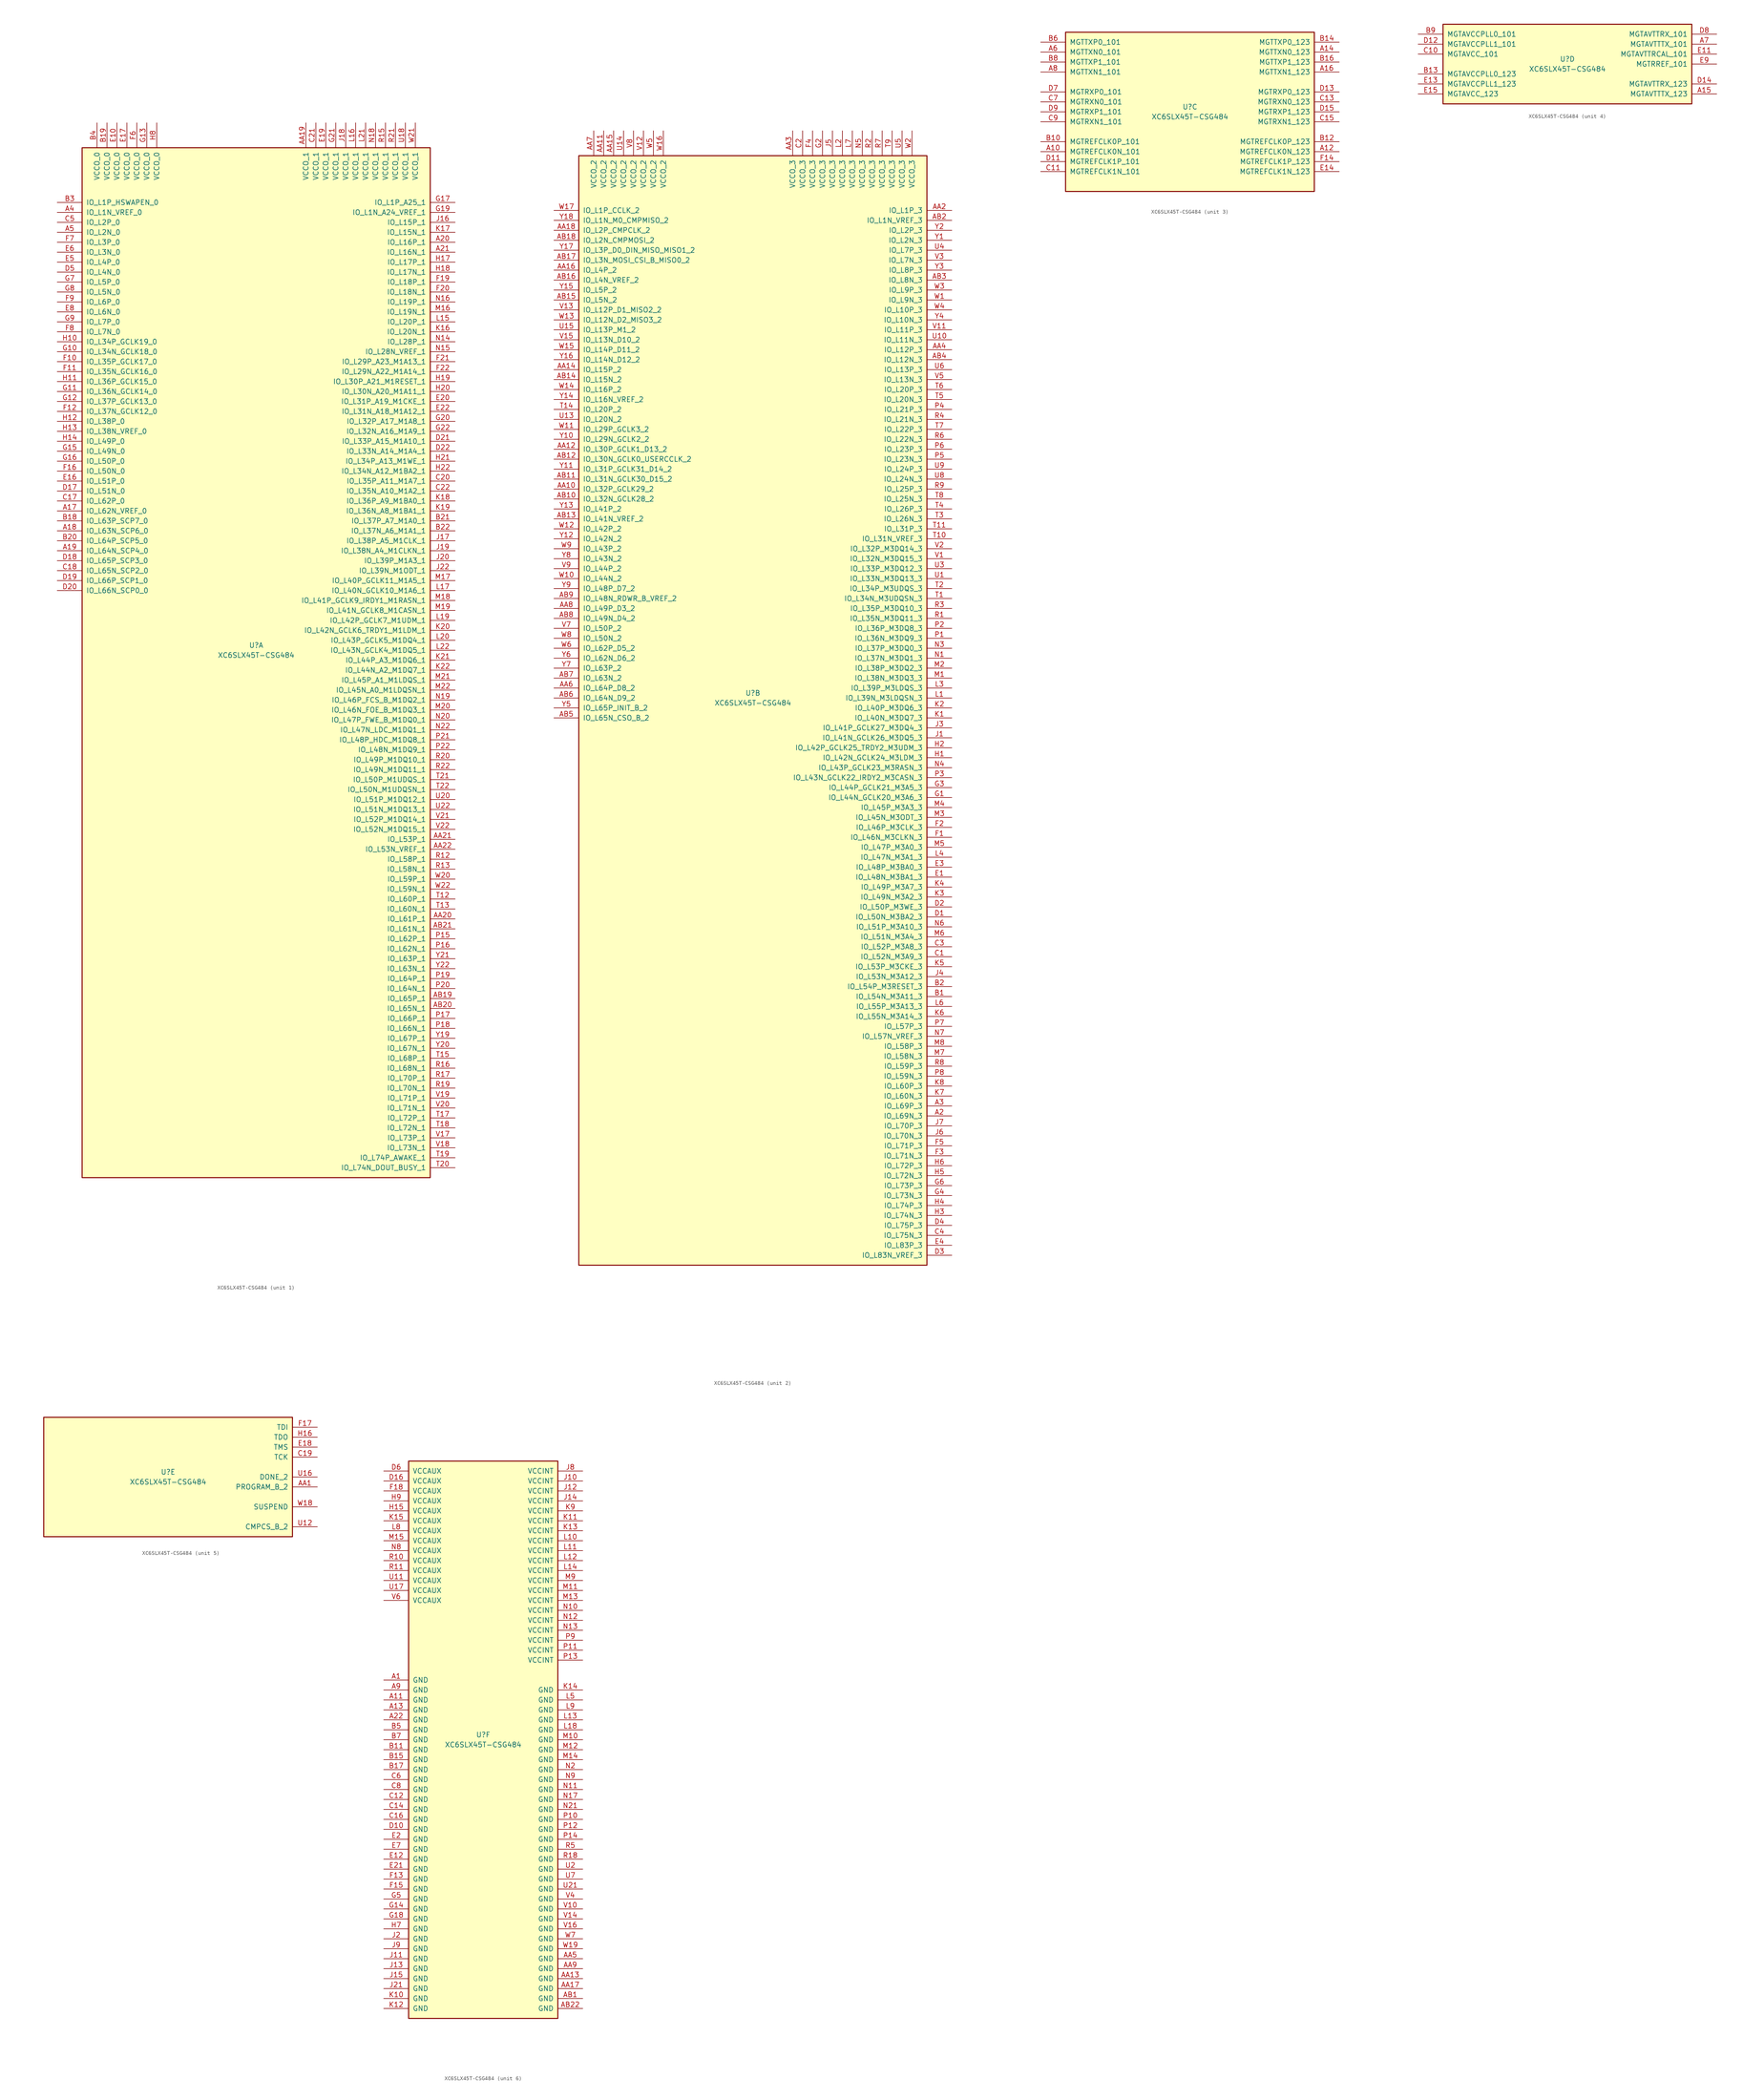
<source format=kicad_sym>
(kicad_symbol_lib
  (version 20211014)
  (generator kicad_symbol_editor)
  (symbol "XC6SLX45T-CSG484"
    (pin_names
      (offset 1.016))
    (property "Reference" "U"
      (at 0 1.27 0)
      (effects (font (size 1.27 1.27))))
    (property "Value" "XC6SLX45T-CSG484"
      (at 0 -1.27 0)
      (effects (font (size 1.27 1.27))))
    (property "Datasheet" ""
      (at 0 0 0)
      (effects (font (size 1.27 1.27))))
    (property "ki_locked" ""
      (at 0 0 0)
      (effects (font (size 1.27 1.27))))
    (symbol "XC6SLX45T-CSG484_1_1"
      (rectangle (start -44.45 128.27) (end 44.45 -134.62) (stroke (width 0.254) (type default) (color 0 0 0 0)) (fill (type background)))
      (pin bidirectional line (at -50.8 35.56 0) (length 6.35) (name "IO_L62N_VREF_0" (effects (font (size 1.27 1.27)))) (number "A17" (effects (font (size 1.27 1.27)))))
      (pin bidirectional line (at -50.8 30.48 0) (length 6.35) (name "IO_L63N_SCP6_0" (effects (font (size 1.27 1.27)))) (number "A18" (effects (font (size 1.27 1.27)))))
      (pin bidirectional line (at -50.8 25.4 0) (length 6.35) (name "IO_L64N_SCP4_0" (effects (font (size 1.27 1.27)))) (number "A19" (effects (font (size 1.27 1.27)))))
      (pin bidirectional line (at 50.8 104.14 180) (length 6.35) (name "IO_L16P_1" (effects (font (size 1.27 1.27)))) (number "A20" (effects (font (size 1.27 1.27)))))
      (pin bidirectional line (at 50.8 101.6 180) (length 6.35) (name "IO_L16N_1" (effects (font (size 1.27 1.27)))) (number "A21" (effects (font (size 1.27 1.27)))))
      (pin bidirectional line (at -50.8 111.76 0) (length 6.35) (name "IO_L1N_VREF_0" (effects (font (size 1.27 1.27)))) (number "A4" (effects (font (size 1.27 1.27)))))
      (pin bidirectional line (at -50.8 106.68 0) (length 6.35) (name "IO_L2N_0" (effects (font (size 1.27 1.27)))) (number "A5" (effects (font (size 1.27 1.27)))))
      (pin power_in line (at 12.7 134.62 270) (length 6.35) (name "VCCO_1" (effects (font (size 1.27 1.27)))) (number "AA19" (effects (font (size 1.27 1.27)))))
      (pin bidirectional line (at 50.8 -68.58 180) (length 6.35) (name "IO_L61P_1" (effects (font (size 1.27 1.27)))) (number "AA20" (effects (font (size 1.27 1.27)))))
      (pin bidirectional line (at 50.8 -48.26 180) (length 6.35) (name "IO_L53P_1" (effects (font (size 1.27 1.27)))) (number "AA21" (effects (font (size 1.27 1.27)))))
      (pin bidirectional line (at 50.8 -50.8 180) (length 6.35) (name "IO_L53N_VREF_1" (effects (font (size 1.27 1.27)))) (number "AA22" (effects (font (size 1.27 1.27)))))
      (pin bidirectional line (at 50.8 -88.9 180) (length 6.35) (name "IO_L65P_1" (effects (font (size 1.27 1.27)))) (number "AB19" (effects (font (size 1.27 1.27)))))
      (pin bidirectional line (at 50.8 -91.44 180) (length 6.35) (name "IO_L65N_1" (effects (font (size 1.27 1.27)))) (number "AB20" (effects (font (size 1.27 1.27)))))
      (pin bidirectional line (at 50.8 -71.12 180) (length 6.35) (name "IO_L61N_1" (effects (font (size 1.27 1.27)))) (number "AB21" (effects (font (size 1.27 1.27)))))
      (pin bidirectional line (at -50.8 33.02 0) (length 6.35) (name "IO_L63P_SCP7_0" (effects (font (size 1.27 1.27)))) (number "B18" (effects (font (size 1.27 1.27)))))
      (pin power_in line (at -38.1 134.62 270) (length 6.35) (name "VCCO_0" (effects (font (size 1.27 1.27)))) (number "B19" (effects (font (size 1.27 1.27)))))
      (pin bidirectional line (at -50.8 27.94 0) (length 6.35) (name "IO_L64P_SCP5_0" (effects (font (size 1.27 1.27)))) (number "B20" (effects (font (size 1.27 1.27)))))
      (pin bidirectional line (at 50.8 33.02 180) (length 6.35) (name "IO_L37P_A7_M1A0_1" (effects (font (size 1.27 1.27)))) (number "B21" (effects (font (size 1.27 1.27)))))
      (pin bidirectional line (at 50.8 30.48 180) (length 6.35) (name "IO_L37N_A6_M1A1_1" (effects (font (size 1.27 1.27)))) (number "B22" (effects (font (size 1.27 1.27)))))
      (pin bidirectional line (at -50.8 114.3 0) (length 6.35) (name "IO_L1P_HSWAPEN_0" (effects (font (size 1.27 1.27)))) (number "B3" (effects (font (size 1.27 1.27)))))
      (pin power_in line (at -40.64 134.62 270) (length 6.35) (name "VCCO_0" (effects (font (size 1.27 1.27)))) (number "B4" (effects (font (size 1.27 1.27)))))
      (pin bidirectional line (at -50.8 38.1 0) (length 6.35) (name "IO_L62P_0" (effects (font (size 1.27 1.27)))) (number "C17" (effects (font (size 1.27 1.27)))))
      (pin bidirectional line (at -50.8 20.32 0) (length 6.35) (name "IO_L65N_SCP2_0" (effects (font (size 1.27 1.27)))) (number "C18" (effects (font (size 1.27 1.27)))))
      (pin bidirectional line (at 50.8 43.18 180) (length 6.35) (name "IO_L35P_A11_M1A7_1" (effects (font (size 1.27 1.27)))) (number "C20" (effects (font (size 1.27 1.27)))))
      (pin power_in line (at 15.24 134.62 270) (length 6.35) (name "VCCO_1" (effects (font (size 1.27 1.27)))) (number "C21" (effects (font (size 1.27 1.27)))))
      (pin bidirectional line (at 50.8 40.64 180) (length 6.35) (name "IO_L35N_A10_M1A2_1" (effects (font (size 1.27 1.27)))) (number "C22" (effects (font (size 1.27 1.27)))))
      (pin bidirectional line (at -50.8 109.22 0) (length 6.35) (name "IO_L2P_0" (effects (font (size 1.27 1.27)))) (number "C5" (effects (font (size 1.27 1.27)))))
      (pin bidirectional line (at -50.8 40.64 0) (length 6.35) (name "IO_L51N_0" (effects (font (size 1.27 1.27)))) (number "D17" (effects (font (size 1.27 1.27)))))
      (pin bidirectional line (at -50.8 22.86 0) (length 6.35) (name "IO_L65P_SCP3_0" (effects (font (size 1.27 1.27)))) (number "D18" (effects (font (size 1.27 1.27)))))
      (pin bidirectional line (at -50.8 17.78 0) (length 6.35) (name "IO_L66P_SCP1_0" (effects (font (size 1.27 1.27)))) (number "D19" (effects (font (size 1.27 1.27)))))
      (pin bidirectional line (at -50.8 15.24 0) (length 6.35) (name "IO_L66N_SCP0_0" (effects (font (size 1.27 1.27)))) (number "D20" (effects (font (size 1.27 1.27)))))
      (pin bidirectional line (at 50.8 53.34 180) (length 6.35) (name "IO_L33P_A15_M1A10_1" (effects (font (size 1.27 1.27)))) (number "D21" (effects (font (size 1.27 1.27)))))
      (pin bidirectional line (at 50.8 50.8 180) (length 6.35) (name "IO_L33N_A14_M1A4_1" (effects (font (size 1.27 1.27)))) (number "D22" (effects (font (size 1.27 1.27)))))
      (pin bidirectional line (at -50.8 96.52 0) (length 6.35) (name "IO_L4N_0" (effects (font (size 1.27 1.27)))) (number "D5" (effects (font (size 1.27 1.27)))))
      (pin power_in line (at -35.56 134.62 270) (length 6.35) (name "VCCO_0" (effects (font (size 1.27 1.27)))) (number "E10" (effects (font (size 1.27 1.27)))))
      (pin bidirectional line (at -50.8 43.18 0) (length 6.35) (name "IO_L51P_0" (effects (font (size 1.27 1.27)))) (number "E16" (effects (font (size 1.27 1.27)))))
      (pin power_in line (at -33.02 134.62 270) (length 6.35) (name "VCCO_0" (effects (font (size 1.27 1.27)))) (number "E17" (effects (font (size 1.27 1.27)))))
      (pin power_in line (at 17.78 134.62 270) (length 6.35) (name "VCCO_1" (effects (font (size 1.27 1.27)))) (number "E19" (effects (font (size 1.27 1.27)))))
      (pin bidirectional line (at 50.8 63.5 180) (length 6.35) (name "IO_L31P_A19_M1CKE_1" (effects (font (size 1.27 1.27)))) (number "E20" (effects (font (size 1.27 1.27)))))
      (pin bidirectional line (at 50.8 60.96 180) (length 6.35) (name "IO_L31N_A18_M1A12_1" (effects (font (size 1.27 1.27)))) (number "E22" (effects (font (size 1.27 1.27)))))
      (pin bidirectional line (at -50.8 99.06 0) (length 6.35) (name "IO_L4P_0" (effects (font (size 1.27 1.27)))) (number "E5" (effects (font (size 1.27 1.27)))))
      (pin bidirectional line (at -50.8 101.6 0) (length 6.35) (name "IO_L3N_0" (effects (font (size 1.27 1.27)))) (number "E6" (effects (font (size 1.27 1.27)))))
      (pin bidirectional line (at -50.8 86.36 0) (length 6.35) (name "IO_L6N_0" (effects (font (size 1.27 1.27)))) (number "E8" (effects (font (size 1.27 1.27)))))
      (pin bidirectional line (at -50.8 73.66 0) (length 6.35) (name "IO_L35P_GCLK17_0" (effects (font (size 1.27 1.27)))) (number "F10" (effects (font (size 1.27 1.27)))))
      (pin bidirectional line (at -50.8 71.12 0) (length 6.35) (name "IO_L35N_GCLK16_0" (effects (font (size 1.27 1.27)))) (number "F11" (effects (font (size 1.27 1.27)))))
      (pin bidirectional line (at -50.8 60.96 0) (length 6.35) (name "IO_L37N_GCLK12_0" (effects (font (size 1.27 1.27)))) (number "F12" (effects (font (size 1.27 1.27)))))
      (pin bidirectional line (at -50.8 45.72 0) (length 6.35) (name "IO_L50N_0" (effects (font (size 1.27 1.27)))) (number "F16" (effects (font (size 1.27 1.27)))))
      (pin bidirectional line (at 50.8 93.98 180) (length 6.35) (name "IO_L18P_1" (effects (font (size 1.27 1.27)))) (number "F19" (effects (font (size 1.27 1.27)))))
      (pin bidirectional line (at 50.8 91.44 180) (length 6.35) (name "IO_L18N_1" (effects (font (size 1.27 1.27)))) (number "F20" (effects (font (size 1.27 1.27)))))
      (pin bidirectional line (at 50.8 73.66 180) (length 6.35) (name "IO_L29P_A23_M1A13_1" (effects (font (size 1.27 1.27)))) (number "F21" (effects (font (size 1.27 1.27)))))
      (pin bidirectional line (at 50.8 71.12 180) (length 6.35) (name "IO_L29N_A22_M1A14_1" (effects (font (size 1.27 1.27)))) (number "F22" (effects (font (size 1.27 1.27)))))
      (pin power_in line (at -30.48 134.62 270) (length 6.35) (name "VCCO_0" (effects (font (size 1.27 1.27)))) (number "F6" (effects (font (size 1.27 1.27)))))
      (pin bidirectional line (at -50.8 104.14 0) (length 6.35) (name "IO_L3P_0" (effects (font (size 1.27 1.27)))) (number "F7" (effects (font (size 1.27 1.27)))))
      (pin bidirectional line (at -50.8 81.28 0) (length 6.35) (name "IO_L7N_0" (effects (font (size 1.27 1.27)))) (number "F8" (effects (font (size 1.27 1.27)))))
      (pin bidirectional line (at -50.8 88.9 0) (length 6.35) (name "IO_L6P_0" (effects (font (size 1.27 1.27)))) (number "F9" (effects (font (size 1.27 1.27)))))
      (pin bidirectional line (at -50.8 76.2 0) (length 6.35) (name "IO_L34N_GCLK18_0" (effects (font (size 1.27 1.27)))) (number "G10" (effects (font (size 1.27 1.27)))))
      (pin bidirectional line (at -50.8 66.04 0) (length 6.35) (name "IO_L36N_GCLK14_0" (effects (font (size 1.27 1.27)))) (number "G11" (effects (font (size 1.27 1.27)))))
      (pin bidirectional line (at -50.8 63.5 0) (length 6.35) (name "IO_L37P_GCLK13_0" (effects (font (size 1.27 1.27)))) (number "G12" (effects (font (size 1.27 1.27)))))
      (pin power_in line (at -27.94 134.62 270) (length 6.35) (name "VCCO_0" (effects (font (size 1.27 1.27)))) (number "G13" (effects (font (size 1.27 1.27)))))
      (pin bidirectional line (at -50.8 50.8 0) (length 6.35) (name "IO_L49N_0" (effects (font (size 1.27 1.27)))) (number "G15" (effects (font (size 1.27 1.27)))))
      (pin bidirectional line (at -50.8 48.26 0) (length 6.35) (name "IO_L50P_0" (effects (font (size 1.27 1.27)))) (number "G16" (effects (font (size 1.27 1.27)))))
      (pin bidirectional line (at 50.8 114.3 180) (length 6.35) (name "IO_L1P_A25_1" (effects (font (size 1.27 1.27)))) (number "G17" (effects (font (size 1.27 1.27)))))
      (pin bidirectional line (at 50.8 111.76 180) (length 6.35) (name "IO_L1N_A24_VREF_1" (effects (font (size 1.27 1.27)))) (number "G19" (effects (font (size 1.27 1.27)))))
      (pin bidirectional line (at 50.8 58.42 180) (length 6.35) (name "IO_L32P_A17_M1A8_1" (effects (font (size 1.27 1.27)))) (number "G20" (effects (font (size 1.27 1.27)))))
      (pin power_in line (at 20.32 134.62 270) (length 6.35) (name "VCCO_1" (effects (font (size 1.27 1.27)))) (number "G21" (effects (font (size 1.27 1.27)))))
      (pin bidirectional line (at 50.8 55.88 180) (length 6.35) (name "IO_L32N_A16_M1A9_1" (effects (font (size 1.27 1.27)))) (number "G22" (effects (font (size 1.27 1.27)))))
      (pin bidirectional line (at -50.8 93.98 0) (length 6.35) (name "IO_L5P_0" (effects (font (size 1.27 1.27)))) (number "G7" (effects (font (size 1.27 1.27)))))
      (pin bidirectional line (at -50.8 91.44 0) (length 6.35) (name "IO_L5N_0" (effects (font (size 1.27 1.27)))) (number "G8" (effects (font (size 1.27 1.27)))))
      (pin bidirectional line (at -50.8 83.82 0) (length 6.35) (name "IO_L7P_0" (effects (font (size 1.27 1.27)))) (number "G9" (effects (font (size 1.27 1.27)))))
      (pin bidirectional line (at -50.8 78.74 0) (length 6.35) (name "IO_L34P_GCLK19_0" (effects (font (size 1.27 1.27)))) (number "H10" (effects (font (size 1.27 1.27)))))
      (pin bidirectional line (at -50.8 68.58 0) (length 6.35) (name "IO_L36P_GCLK15_0" (effects (font (size 1.27 1.27)))) (number "H11" (effects (font (size 1.27 1.27)))))
      (pin bidirectional line (at -50.8 58.42 0) (length 6.35) (name "IO_L38P_0" (effects (font (size 1.27 1.27)))) (number "H12" (effects (font (size 1.27 1.27)))))
      (pin bidirectional line (at -50.8 55.88 0) (length 6.35) (name "IO_L38N_VREF_0" (effects (font (size 1.27 1.27)))) (number "H13" (effects (font (size 1.27 1.27)))))
      (pin bidirectional line (at -50.8 53.34 0) (length 6.35) (name "IO_L49P_0" (effects (font (size 1.27 1.27)))) (number "H14" (effects (font (size 1.27 1.27)))))
      (pin bidirectional line (at 50.8 99.06 180) (length 6.35) (name "IO_L17P_1" (effects (font (size 1.27 1.27)))) (number "H17" (effects (font (size 1.27 1.27)))))
      (pin bidirectional line (at 50.8 96.52 180) (length 6.35) (name "IO_L17N_1" (effects (font (size 1.27 1.27)))) (number "H18" (effects (font (size 1.27 1.27)))))
      (pin bidirectional line (at 50.8 68.58 180) (length 6.35) (name "IO_L30P_A21_M1RESET_1" (effects (font (size 1.27 1.27)))) (number "H19" (effects (font (size 1.27 1.27)))))
      (pin bidirectional line (at 50.8 66.04 180) (length 6.35) (name "IO_L30N_A20_M1A11_1" (effects (font (size 1.27 1.27)))) (number "H20" (effects (font (size 1.27 1.27)))))
      (pin bidirectional line (at 50.8 48.26 180) (length 6.35) (name "IO_L34P_A13_M1WE_1" (effects (font (size 1.27 1.27)))) (number "H21" (effects (font (size 1.27 1.27)))))
      (pin bidirectional line (at 50.8 45.72 180) (length 6.35) (name "IO_L34N_A12_M1BA2_1" (effects (font (size 1.27 1.27)))) (number "H22" (effects (font (size 1.27 1.27)))))
      (pin power_in line (at -25.4 134.62 270) (length 6.35) (name "VCCO_0" (effects (font (size 1.27 1.27)))) (number "H8" (effects (font (size 1.27 1.27)))))
      (pin bidirectional line (at 50.8 109.22 180) (length 6.35) (name "IO_L15P_1" (effects (font (size 1.27 1.27)))) (number "J16" (effects (font (size 1.27 1.27)))))
      (pin bidirectional line (at 50.8 27.94 180) (length 6.35) (name "IO_L38P_A5_M1CLK_1" (effects (font (size 1.27 1.27)))) (number "J17" (effects (font (size 1.27 1.27)))))
      (pin power_in line (at 22.86 134.62 270) (length 6.35) (name "VCCO_1" (effects (font (size 1.27 1.27)))) (number "J18" (effects (font (size 1.27 1.27)))))
      (pin bidirectional line (at 50.8 25.4 180) (length 6.35) (name "IO_L38N_A4_M1CLKN_1" (effects (font (size 1.27 1.27)))) (number "J19" (effects (font (size 1.27 1.27)))))
      (pin bidirectional line (at 50.8 22.86 180) (length 6.35) (name "IO_L39P_M1A3_1" (effects (font (size 1.27 1.27)))) (number "J20" (effects (font (size 1.27 1.27)))))
      (pin bidirectional line (at 50.8 20.32 180) (length 6.35) (name "IO_L39N_M1ODT_1" (effects (font (size 1.27 1.27)))) (number "J22" (effects (font (size 1.27 1.27)))))
      (pin bidirectional line (at 50.8 81.28 180) (length 6.35) (name "IO_L20N_1" (effects (font (size 1.27 1.27)))) (number "K16" (effects (font (size 1.27 1.27)))))
      (pin bidirectional line (at 50.8 106.68 180) (length 6.35) (name "IO_L15N_1" (effects (font (size 1.27 1.27)))) (number "K17" (effects (font (size 1.27 1.27)))))
      (pin bidirectional line (at 50.8 38.1 180) (length 6.35) (name "IO_L36P_A9_M1BA0_1" (effects (font (size 1.27 1.27)))) (number "K18" (effects (font (size 1.27 1.27)))))
      (pin bidirectional line (at 50.8 35.56 180) (length 6.35) (name "IO_L36N_A8_M1BA1_1" (effects (font (size 1.27 1.27)))) (number "K19" (effects (font (size 1.27 1.27)))))
      (pin bidirectional line (at 50.8 5.08 180) (length 6.35) (name "IO_L42N_GCLK6_TRDY1_M1LDM_1" (effects (font (size 1.27 1.27)))) (number "K20" (effects (font (size 1.27 1.27)))))
      (pin bidirectional line (at 50.8 -2.54 180) (length 6.35) (name "IO_L44P_A3_M1DQ6_1" (effects (font (size 1.27 1.27)))) (number "K21" (effects (font (size 1.27 1.27)))))
      (pin bidirectional line (at 50.8 -5.08 180) (length 6.35) (name "IO_L44N_A2_M1DQ7_1" (effects (font (size 1.27 1.27)))) (number "K22" (effects (font (size 1.27 1.27)))))
      (pin bidirectional line (at 50.8 83.82 180) (length 6.35) (name "IO_L20P_1" (effects (font (size 1.27 1.27)))) (number "L15" (effects (font (size 1.27 1.27)))))
      (pin power_in line (at 25.4 134.62 270) (length 6.35) (name "VCCO_1" (effects (font (size 1.27 1.27)))) (number "L16" (effects (font (size 1.27 1.27)))))
      (pin bidirectional line (at 50.8 15.24 180) (length 6.35) (name "IO_L40N_GCLK10_M1A6_1" (effects (font (size 1.27 1.27)))) (number "L17" (effects (font (size 1.27 1.27)))))
      (pin bidirectional line (at 50.8 7.62 180) (length 6.35) (name "IO_L42P_GCLK7_M1UDM_1" (effects (font (size 1.27 1.27)))) (number "L19" (effects (font (size 1.27 1.27)))))
      (pin bidirectional line (at 50.8 2.54 180) (length 6.35) (name "IO_L43P_GCLK5_M1DQ4_1" (effects (font (size 1.27 1.27)))) (number "L20" (effects (font (size 1.27 1.27)))))
      (pin power_in line (at 27.94 134.62 270) (length 6.35) (name "VCCO_1" (effects (font (size 1.27 1.27)))) (number "L21" (effects (font (size 1.27 1.27)))))
      (pin bidirectional line (at 50.8 0 180) (length 6.35) (name "IO_L43N_GCLK4_M1DQ5_1" (effects (font (size 1.27 1.27)))) (number "L22" (effects (font (size 1.27 1.27)))))
      (pin bidirectional line (at 50.8 86.36 180) (length 6.35) (name "IO_L19N_1" (effects (font (size 1.27 1.27)))) (number "M16" (effects (font (size 1.27 1.27)))))
      (pin bidirectional line (at 50.8 17.78 180) (length 6.35) (name "IO_L40P_GCLK11_M1A5_1" (effects (font (size 1.27 1.27)))) (number "M17" (effects (font (size 1.27 1.27)))))
      (pin bidirectional line (at 50.8 12.7 180) (length 6.35) (name "IO_L41P_GCLK9_IRDY1_M1RASN_1" (effects (font (size 1.27 1.27)))) (number "M18" (effects (font (size 1.27 1.27)))))
      (pin bidirectional line (at 50.8 10.16 180) (length 6.35) (name "IO_L41N_GCLK8_M1CASN_1" (effects (font (size 1.27 1.27)))) (number "M19" (effects (font (size 1.27 1.27)))))
      (pin bidirectional line (at 50.8 -15.24 180) (length 6.35) (name "IO_L46N_FOE_B_M1DQ3_1" (effects (font (size 1.27 1.27)))) (number "M20" (effects (font (size 1.27 1.27)))))
      (pin bidirectional line (at 50.8 -7.62 180) (length 6.35) (name "IO_L45P_A1_M1LDQS_1" (effects (font (size 1.27 1.27)))) (number "M21" (effects (font (size 1.27 1.27)))))
      (pin bidirectional line (at 50.8 -10.16 180) (length 6.35) (name "IO_L45N_A0_M1LDQSN_1" (effects (font (size 1.27 1.27)))) (number "M22" (effects (font (size 1.27 1.27)))))
      (pin bidirectional line (at 50.8 78.74 180) (length 6.35) (name "IO_L28P_1" (effects (font (size 1.27 1.27)))) (number "N14" (effects (font (size 1.27 1.27)))))
      (pin bidirectional line (at 50.8 76.2 180) (length 6.35) (name "IO_L28N_VREF_1" (effects (font (size 1.27 1.27)))) (number "N15" (effects (font (size 1.27 1.27)))))
      (pin bidirectional line (at 50.8 88.9 180) (length 6.35) (name "IO_L19P_1" (effects (font (size 1.27 1.27)))) (number "N16" (effects (font (size 1.27 1.27)))))
      (pin power_in line (at 30.48 134.62 270) (length 6.35) (name "VCCO_1" (effects (font (size 1.27 1.27)))) (number "N18" (effects (font (size 1.27 1.27)))))
      (pin bidirectional line (at 50.8 -12.7 180) (length 6.35) (name "IO_L46P_FCS_B_M1DQ2_1" (effects (font (size 1.27 1.27)))) (number "N19" (effects (font (size 1.27 1.27)))))
      (pin bidirectional line (at 50.8 -17.78 180) (length 6.35) (name "IO_L47P_FWE_B_M1DQ0_1" (effects (font (size 1.27 1.27)))) (number "N20" (effects (font (size 1.27 1.27)))))
      (pin bidirectional line (at 50.8 -20.32 180) (length 6.35) (name "IO_L47N_LDC_M1DQ1_1" (effects (font (size 1.27 1.27)))) (number "N22" (effects (font (size 1.27 1.27)))))
      (pin bidirectional line (at 50.8 -73.66 180) (length 6.35) (name "IO_L62P_1" (effects (font (size 1.27 1.27)))) (number "P15" (effects (font (size 1.27 1.27)))))
      (pin bidirectional line (at 50.8 -76.2 180) (length 6.35) (name "IO_L62N_1" (effects (font (size 1.27 1.27)))) (number "P16" (effects (font (size 1.27 1.27)))))
      (pin bidirectional line (at 50.8 -93.98 180) (length 6.35) (name "IO_L66P_1" (effects (font (size 1.27 1.27)))) (number "P17" (effects (font (size 1.27 1.27)))))
      (pin bidirectional line (at 50.8 -96.52 180) (length 6.35) (name "IO_L66N_1" (effects (font (size 1.27 1.27)))) (number "P18" (effects (font (size 1.27 1.27)))))
      (pin bidirectional line (at 50.8 -83.82 180) (length 6.35) (name "IO_L64P_1" (effects (font (size 1.27 1.27)))) (number "P19" (effects (font (size 1.27 1.27)))))
      (pin bidirectional line (at 50.8 -86.36 180) (length 6.35) (name "IO_L64N_1" (effects (font (size 1.27 1.27)))) (number "P20" (effects (font (size 1.27 1.27)))))
      (pin bidirectional line (at 50.8 -22.86 180) (length 6.35) (name "IO_L48P_HDC_M1DQ8_1" (effects (font (size 1.27 1.27)))) (number "P21" (effects (font (size 1.27 1.27)))))
      (pin bidirectional line (at 50.8 -25.4 180) (length 6.35) (name "IO_L48N_M1DQ9_1" (effects (font (size 1.27 1.27)))) (number "P22" (effects (font (size 1.27 1.27)))))
      (pin bidirectional line (at 50.8 -53.34 180) (length 6.35) (name "IO_L58P_1" (effects (font (size 1.27 1.27)))) (number "R12" (effects (font (size 1.27 1.27)))))
      (pin bidirectional line (at 50.8 -55.88 180) (length 6.35) (name "IO_L58N_1" (effects (font (size 1.27 1.27)))) (number "R13" (effects (font (size 1.27 1.27)))))
      (pin power_in line (at 33.02 134.62 270) (length 6.35) (name "VCCO_1" (effects (font (size 1.27 1.27)))) (number "R15" (effects (font (size 1.27 1.27)))))
      (pin bidirectional line (at 50.8 -106.68 180) (length 6.35) (name "IO_L68N_1" (effects (font (size 1.27 1.27)))) (number "R16" (effects (font (size 1.27 1.27)))))
      (pin bidirectional line (at 50.8 -109.22 180) (length 6.35) (name "IO_L70P_1" (effects (font (size 1.27 1.27)))) (number "R17" (effects (font (size 1.27 1.27)))))
      (pin bidirectional line (at 50.8 -111.76 180) (length 6.35) (name "IO_L70N_1" (effects (font (size 1.27 1.27)))) (number "R19" (effects (font (size 1.27 1.27)))))
      (pin bidirectional line (at 50.8 -27.94 180) (length 6.35) (name "IO_L49P_M1DQ10_1" (effects (font (size 1.27 1.27)))) (number "R20" (effects (font (size 1.27 1.27)))))
      (pin power_in line (at 35.56 134.62 270) (length 6.35) (name "VCCO_1" (effects (font (size 1.27 1.27)))) (number "R21" (effects (font (size 1.27 1.27)))))
      (pin bidirectional line (at 50.8 -30.48 180) (length 6.35) (name "IO_L49N_M1DQ11_1" (effects (font (size 1.27 1.27)))) (number "R22" (effects (font (size 1.27 1.27)))))
      (pin bidirectional line (at 50.8 -63.5 180) (length 6.35) (name "IO_L60P_1" (effects (font (size 1.27 1.27)))) (number "T12" (effects (font (size 1.27 1.27)))))
      (pin bidirectional line (at 50.8 -66.04 180) (length 6.35) (name "IO_L60N_1" (effects (font (size 1.27 1.27)))) (number "T13" (effects (font (size 1.27 1.27)))))
      (pin bidirectional line (at 50.8 -104.14 180) (length 6.35) (name "IO_L68P_1" (effects (font (size 1.27 1.27)))) (number "T15" (effects (font (size 1.27 1.27)))))
      (pin bidirectional line (at 50.8 -119.38 180) (length 6.35) (name "IO_L72P_1" (effects (font (size 1.27 1.27)))) (number "T17" (effects (font (size 1.27 1.27)))))
      (pin bidirectional line (at 50.8 -121.92 180) (length 6.35) (name "IO_L72N_1" (effects (font (size 1.27 1.27)))) (number "T18" (effects (font (size 1.27 1.27)))))
      (pin bidirectional line (at 50.8 -129.54 180) (length 6.35) (name "IO_L74P_AWAKE_1" (effects (font (size 1.27 1.27)))) (number "T19" (effects (font (size 1.27 1.27)))))
      (pin bidirectional line (at 50.8 -132.08 180) (length 6.35) (name "IO_L74N_DOUT_BUSY_1" (effects (font (size 1.27 1.27)))) (number "T20" (effects (font (size 1.27 1.27)))))
      (pin bidirectional line (at 50.8 -33.02 180) (length 6.35) (name "IO_L50P_M1UDQS_1" (effects (font (size 1.27 1.27)))) (number "T21" (effects (font (size 1.27 1.27)))))
      (pin bidirectional line (at 50.8 -35.56 180) (length 6.35) (name "IO_L50N_M1UDQSN_1" (effects (font (size 1.27 1.27)))) (number "T22" (effects (font (size 1.27 1.27)))))
      (pin power_in line (at 38.1 134.62 270) (length 6.35) (name "VCCO_1" (effects (font (size 1.27 1.27)))) (number "U18" (effects (font (size 1.27 1.27)))))
      (pin bidirectional line (at 50.8 -38.1 180) (length 6.35) (name "IO_L51P_M1DQ12_1" (effects (font (size 1.27 1.27)))) (number "U20" (effects (font (size 1.27 1.27)))))
      (pin bidirectional line (at 50.8 -40.64 180) (length 6.35) (name "IO_L51N_M1DQ13_1" (effects (font (size 1.27 1.27)))) (number "U22" (effects (font (size 1.27 1.27)))))
      (pin bidirectional line (at 50.8 -124.46 180) (length 6.35) (name "IO_L73P_1" (effects (font (size 1.27 1.27)))) (number "V17" (effects (font (size 1.27 1.27)))))
      (pin bidirectional line (at 50.8 -127 180) (length 6.35) (name "IO_L73N_1" (effects (font (size 1.27 1.27)))) (number "V18" (effects (font (size 1.27 1.27)))))
      (pin bidirectional line (at 50.8 -114.3 180) (length 6.35) (name "IO_L71P_1" (effects (font (size 1.27 1.27)))) (number "V19" (effects (font (size 1.27 1.27)))))
      (pin bidirectional line (at 50.8 -116.84 180) (length 6.35) (name "IO_L71N_1" (effects (font (size 1.27 1.27)))) (number "V20" (effects (font (size 1.27 1.27)))))
      (pin bidirectional line (at 50.8 -43.18 180) (length 6.35) (name "IO_L52P_M1DQ14_1" (effects (font (size 1.27 1.27)))) (number "V21" (effects (font (size 1.27 1.27)))))
      (pin bidirectional line (at 50.8 -45.72 180) (length 6.35) (name "IO_L52N_M1DQ15_1" (effects (font (size 1.27 1.27)))) (number "V22" (effects (font (size 1.27 1.27)))))
      (pin bidirectional line (at 50.8 -58.42 180) (length 6.35) (name "IO_L59P_1" (effects (font (size 1.27 1.27)))) (number "W20" (effects (font (size 1.27 1.27)))))
      (pin power_in line (at 40.64 134.62 270) (length 6.35) (name "VCCO_1" (effects (font (size 1.27 1.27)))) (number "W21" (effects (font (size 1.27 1.27)))))
      (pin bidirectional line (at 50.8 -60.96 180) (length 6.35) (name "IO_L59N_1" (effects (font (size 1.27 1.27)))) (number "W22" (effects (font (size 1.27 1.27)))))
      (pin bidirectional line (at 50.8 -99.06 180) (length 6.35) (name "IO_L67P_1" (effects (font (size 1.27 1.27)))) (number "Y19" (effects (font (size 1.27 1.27)))))
      (pin bidirectional line (at 50.8 -101.6 180) (length 6.35) (name "IO_L67N_1" (effects (font (size 1.27 1.27)))) (number "Y20" (effects (font (size 1.27 1.27)))))
      (pin bidirectional line (at 50.8 -78.74 180) (length 6.35) (name "IO_L63P_1" (effects (font (size 1.27 1.27)))) (number "Y21" (effects (font (size 1.27 1.27)))))
      (pin bidirectional line (at 50.8 -81.28 180) (length 6.35) (name "IO_L63N_1" (effects (font (size 1.27 1.27)))) (number "Y22" (effects (font (size 1.27 1.27))))))
    (symbol "XC6SLX45T-CSG484_2_1"
      (rectangle (start -44.45 138.43) (end 44.45 -144.78) (stroke (width 0.254) (type default) (color 0 0 0 0)) (fill (type background)))
      (pin bidirectional line (at 50.8 -106.68 180) (length 6.35) (name "IO_L69N_3" (effects (font (size 1.27 1.27)))) (number "A2" (effects (font (size 1.27 1.27)))))
      (pin bidirectional line (at 50.8 -104.14 180) (length 6.35) (name "IO_L69P_3" (effects (font (size 1.27 1.27)))) (number "A3" (effects (font (size 1.27 1.27)))))
      (pin bidirectional line (at -50.8 53.34 0) (length 6.35) (name "IO_L32P_GCLK29_2" (effects (font (size 1.27 1.27)))) (number "AA10" (effects (font (size 1.27 1.27)))))
      (pin power_in line (at -38.1 144.78 270) (length 6.35) (name "VCCO_2" (effects (font (size 1.27 1.27)))) (number "AA11" (effects (font (size 1.27 1.27)))))
      (pin bidirectional line (at -50.8 63.5 0) (length 6.35) (name "IO_L30P_GCLK1_D13_2" (effects (font (size 1.27 1.27)))) (number "AA12" (effects (font (size 1.27 1.27)))))
      (pin bidirectional line (at -50.8 83.82 0) (length 6.35) (name "IO_L15P_2" (effects (font (size 1.27 1.27)))) (number "AA14" (effects (font (size 1.27 1.27)))))
      (pin power_in line (at -35.56 144.78 270) (length 6.35) (name "VCCO_2" (effects (font (size 1.27 1.27)))) (number "AA15" (effects (font (size 1.27 1.27)))))
      (pin bidirectional line (at -50.8 109.22 0) (length 6.35) (name "IO_L4P_2" (effects (font (size 1.27 1.27)))) (number "AA16" (effects (font (size 1.27 1.27)))))
      (pin bidirectional line (at -50.8 119.38 0) (length 6.35) (name "IO_L2P_CMPCLK_2" (effects (font (size 1.27 1.27)))) (number "AA18" (effects (font (size 1.27 1.27)))))
      (pin bidirectional line (at 50.8 124.46 180) (length 6.35) (name "IO_L1P_3" (effects (font (size 1.27 1.27)))) (number "AA2" (effects (font (size 1.27 1.27)))))
      (pin power_in line (at 10.16 144.78 270) (length 6.35) (name "VCCO_3" (effects (font (size 1.27 1.27)))) (number "AA3" (effects (font (size 1.27 1.27)))))
      (pin bidirectional line (at 50.8 88.9 180) (length 6.35) (name "IO_L12P_3" (effects (font (size 1.27 1.27)))) (number "AA4" (effects (font (size 1.27 1.27)))))
      (pin bidirectional line (at -50.8 2.54 0) (length 6.35) (name "IO_L64P_D8_2" (effects (font (size 1.27 1.27)))) (number "AA6" (effects (font (size 1.27 1.27)))))
      (pin power_in line (at -40.64 144.78 270) (length 6.35) (name "VCCO_2" (effects (font (size 1.27 1.27)))) (number "AA7" (effects (font (size 1.27 1.27)))))
      (pin bidirectional line (at -50.8 22.86 0) (length 6.35) (name "IO_L49P_D3_2" (effects (font (size 1.27 1.27)))) (number "AA8" (effects (font (size 1.27 1.27)))))
      (pin bidirectional line (at -50.8 50.8 0) (length 6.35) (name "IO_L32N_GCLK28_2" (effects (font (size 1.27 1.27)))) (number "AB10" (effects (font (size 1.27 1.27)))))
      (pin bidirectional line (at -50.8 55.88 0) (length 6.35) (name "IO_L31N_GCLK30_D15_2" (effects (font (size 1.27 1.27)))) (number "AB11" (effects (font (size 1.27 1.27)))))
      (pin bidirectional line (at -50.8 60.96 0) (length 6.35) (name "IO_L30N_GCLK0_USERCCLK_2" (effects (font (size 1.27 1.27)))) (number "AB12" (effects (font (size 1.27 1.27)))))
      (pin bidirectional line (at -50.8 45.72 0) (length 6.35) (name "IO_L41N_VREF_2" (effects (font (size 1.27 1.27)))) (number "AB13" (effects (font (size 1.27 1.27)))))
      (pin bidirectional line (at -50.8 81.28 0) (length 6.35) (name "IO_L15N_2" (effects (font (size 1.27 1.27)))) (number "AB14" (effects (font (size 1.27 1.27)))))
      (pin bidirectional line (at -50.8 101.6 0) (length 6.35) (name "IO_L5N_2" (effects (font (size 1.27 1.27)))) (number "AB15" (effects (font (size 1.27 1.27)))))
      (pin bidirectional line (at -50.8 106.68 0) (length 6.35) (name "IO_L4N_VREF_2" (effects (font (size 1.27 1.27)))) (number "AB16" (effects (font (size 1.27 1.27)))))
      (pin bidirectional line (at -50.8 111.76 0) (length 6.35) (name "IO_L3N_MOSI_CSI_B_MISO0_2" (effects (font (size 1.27 1.27)))) (number "AB17" (effects (font (size 1.27 1.27)))))
      (pin bidirectional line (at -50.8 116.84 0) (length 6.35) (name "IO_L2N_CMPMOSI_2" (effects (font (size 1.27 1.27)))) (number "AB18" (effects (font (size 1.27 1.27)))))
      (pin bidirectional line (at 50.8 121.92 180) (length 6.35) (name "IO_L1N_VREF_3" (effects (font (size 1.27 1.27)))) (number "AB2" (effects (font (size 1.27 1.27)))))
      (pin bidirectional line (at 50.8 106.68 180) (length 6.35) (name "IO_L8N_3" (effects (font (size 1.27 1.27)))) (number "AB3" (effects (font (size 1.27 1.27)))))
      (pin bidirectional line (at 50.8 86.36 180) (length 6.35) (name "IO_L12N_3" (effects (font (size 1.27 1.27)))) (number "AB4" (effects (font (size 1.27 1.27)))))
      (pin bidirectional line (at -50.8 -5.08 0) (length 6.35) (name "IO_L65N_CSO_B_2" (effects (font (size 1.27 1.27)))) (number "AB5" (effects (font (size 1.27 1.27)))))
      (pin bidirectional line (at -50.8 0 0) (length 6.35) (name "IO_L64N_D9_2" (effects (font (size 1.27 1.27)))) (number "AB6" (effects (font (size 1.27 1.27)))))
      (pin bidirectional line (at -50.8 5.08 0) (length 6.35) (name "IO_L63N_2" (effects (font (size 1.27 1.27)))) (number "AB7" (effects (font (size 1.27 1.27)))))
      (pin bidirectional line (at -50.8 20.32 0) (length 6.35) (name "IO_L49N_D4_2" (effects (font (size 1.27 1.27)))) (number "AB8" (effects (font (size 1.27 1.27)))))
      (pin bidirectional line (at -50.8 25.4 0) (length 6.35) (name "IO_L48N_RDWR_B_VREF_2" (effects (font (size 1.27 1.27)))) (number "AB9" (effects (font (size 1.27 1.27)))))
      (pin bidirectional line (at 50.8 -76.2 180) (length 6.35) (name "IO_L54N_M3A11_3" (effects (font (size 1.27 1.27)))) (number "B1" (effects (font (size 1.27 1.27)))))
      (pin bidirectional line (at 50.8 -73.66 180) (length 6.35) (name "IO_L54P_M3RESET_3" (effects (font (size 1.27 1.27)))) (number "B2" (effects (font (size 1.27 1.27)))))
      (pin bidirectional line (at 50.8 -66.04 180) (length 6.35) (name "IO_L52N_M3A9_3" (effects (font (size 1.27 1.27)))) (number "C1" (effects (font (size 1.27 1.27)))))
      (pin power_in line (at 12.7 144.78 270) (length 6.35) (name "VCCO_3" (effects (font (size 1.27 1.27)))) (number "C2" (effects (font (size 1.27 1.27)))))
      (pin bidirectional line (at 50.8 -63.5 180) (length 6.35) (name "IO_L52P_M3A8_3" (effects (font (size 1.27 1.27)))) (number "C3" (effects (font (size 1.27 1.27)))))
      (pin bidirectional line (at 50.8 -137.16 180) (length 6.35) (name "IO_L75N_3" (effects (font (size 1.27 1.27)))) (number "C4" (effects (font (size 1.27 1.27)))))
      (pin bidirectional line (at 50.8 -55.88 180) (length 6.35) (name "IO_L50N_M3BA2_3" (effects (font (size 1.27 1.27)))) (number "D1" (effects (font (size 1.27 1.27)))))
      (pin bidirectional line (at 50.8 -53.34 180) (length 6.35) (name "IO_L50P_M3WE_3" (effects (font (size 1.27 1.27)))) (number "D2" (effects (font (size 1.27 1.27)))))
      (pin bidirectional line (at 50.8 -142.24 180) (length 6.35) (name "IO_L83N_VREF_3" (effects (font (size 1.27 1.27)))) (number "D3" (effects (font (size 1.27 1.27)))))
      (pin bidirectional line (at 50.8 -134.62 180) (length 6.35) (name "IO_L75P_3" (effects (font (size 1.27 1.27)))) (number "D4" (effects (font (size 1.27 1.27)))))
      (pin bidirectional line (at 50.8 -45.72 180) (length 6.35) (name "IO_L48N_M3BA1_3" (effects (font (size 1.27 1.27)))) (number "E1" (effects (font (size 1.27 1.27)))))
      (pin bidirectional line (at 50.8 -43.18 180) (length 6.35) (name "IO_L48P_M3BA0_3" (effects (font (size 1.27 1.27)))) (number "E3" (effects (font (size 1.27 1.27)))))
      (pin bidirectional line (at 50.8 -139.7 180) (length 6.35) (name "IO_L83P_3" (effects (font (size 1.27 1.27)))) (number "E4" (effects (font (size 1.27 1.27)))))
      (pin bidirectional line (at 50.8 -35.56 180) (length 6.35) (name "IO_L46N_M3CLKN_3" (effects (font (size 1.27 1.27)))) (number "F1" (effects (font (size 1.27 1.27)))))
      (pin bidirectional line (at 50.8 -33.02 180) (length 6.35) (name "IO_L46P_M3CLK_3" (effects (font (size 1.27 1.27)))) (number "F2" (effects (font (size 1.27 1.27)))))
      (pin bidirectional line (at 50.8 -116.84 180) (length 6.35) (name "IO_L71N_3" (effects (font (size 1.27 1.27)))) (number "F3" (effects (font (size 1.27 1.27)))))
      (pin power_in line (at 15.24 144.78 270) (length 6.35) (name "VCCO_3" (effects (font (size 1.27 1.27)))) (number "F4" (effects (font (size 1.27 1.27)))))
      (pin bidirectional line (at 50.8 -114.3 180) (length 6.35) (name "IO_L71P_3" (effects (font (size 1.27 1.27)))) (number "F5" (effects (font (size 1.27 1.27)))))
      (pin bidirectional line (at 50.8 -25.4 180) (length 6.35) (name "IO_L44N_GCLK20_M3A6_3" (effects (font (size 1.27 1.27)))) (number "G1" (effects (font (size 1.27 1.27)))))
      (pin power_in line (at 17.78 144.78 270) (length 6.35) (name "VCCO_3" (effects (font (size 1.27 1.27)))) (number "G2" (effects (font (size 1.27 1.27)))))
      (pin bidirectional line (at 50.8 -22.86 180) (length 6.35) (name "IO_L44P_GCLK21_M3A5_3" (effects (font (size 1.27 1.27)))) (number "G3" (effects (font (size 1.27 1.27)))))
      (pin bidirectional line (at 50.8 -127 180) (length 6.35) (name "IO_L73N_3" (effects (font (size 1.27 1.27)))) (number "G4" (effects (font (size 1.27 1.27)))))
      (pin bidirectional line (at 50.8 -124.46 180) (length 6.35) (name "IO_L73P_3" (effects (font (size 1.27 1.27)))) (number "G6" (effects (font (size 1.27 1.27)))))
      (pin bidirectional line (at 50.8 -15.24 180) (length 6.35) (name "IO_L42N_GCLK24_M3LDM_3" (effects (font (size 1.27 1.27)))) (number "H1" (effects (font (size 1.27 1.27)))))
      (pin bidirectional line (at 50.8 -12.7 180) (length 6.35) (name "IO_L42P_GCLK25_TRDY2_M3UDM_3" (effects (font (size 1.27 1.27)))) (number "H2" (effects (font (size 1.27 1.27)))))
      (pin bidirectional line (at 50.8 -132.08 180) (length 6.35) (name "IO_L74N_3" (effects (font (size 1.27 1.27)))) (number "H3" (effects (font (size 1.27 1.27)))))
      (pin bidirectional line (at 50.8 -129.54 180) (length 6.35) (name "IO_L74P_3" (effects (font (size 1.27 1.27)))) (number "H4" (effects (font (size 1.27 1.27)))))
      (pin bidirectional line (at 50.8 -121.92 180) (length 6.35) (name "IO_L72N_3" (effects (font (size 1.27 1.27)))) (number "H5" (effects (font (size 1.27 1.27)))))
      (pin bidirectional line (at 50.8 -119.38 180) (length 6.35) (name "IO_L72P_3" (effects (font (size 1.27 1.27)))) (number "H6" (effects (font (size 1.27 1.27)))))
      (pin bidirectional line (at 50.8 -10.16 180) (length 6.35) (name "IO_L41N_GCLK26_M3DQ5_3" (effects (font (size 1.27 1.27)))) (number "J1" (effects (font (size 1.27 1.27)))))
      (pin bidirectional line (at 50.8 -7.62 180) (length 6.35) (name "IO_L41P_GCLK27_M3DQ4_3" (effects (font (size 1.27 1.27)))) (number "J3" (effects (font (size 1.27 1.27)))))
      (pin bidirectional line (at 50.8 -71.12 180) (length 6.35) (name "IO_L53N_M3A12_3" (effects (font (size 1.27 1.27)))) (number "J4" (effects (font (size 1.27 1.27)))))
      (pin power_in line (at 20.32 144.78 270) (length 6.35) (name "VCCO_3" (effects (font (size 1.27 1.27)))) (number "J5" (effects (font (size 1.27 1.27)))))
      (pin bidirectional line (at 50.8 -111.76 180) (length 6.35) (name "IO_L70N_3" (effects (font (size 1.27 1.27)))) (number "J6" (effects (font (size 1.27 1.27)))))
      (pin bidirectional line (at 50.8 -109.22 180) (length 6.35) (name "IO_L70P_3" (effects (font (size 1.27 1.27)))) (number "J7" (effects (font (size 1.27 1.27)))))
      (pin bidirectional line (at 50.8 -5.08 180) (length 6.35) (name "IO_L40N_M3DQ7_3" (effects (font (size 1.27 1.27)))) (number "K1" (effects (font (size 1.27 1.27)))))
      (pin bidirectional line (at 50.8 -2.54 180) (length 6.35) (name "IO_L40P_M3DQ6_3" (effects (font (size 1.27 1.27)))) (number "K2" (effects (font (size 1.27 1.27)))))
      (pin bidirectional line (at 50.8 -50.8 180) (length 6.35) (name "IO_L49N_M3A2_3" (effects (font (size 1.27 1.27)))) (number "K3" (effects (font (size 1.27 1.27)))))
      (pin bidirectional line (at 50.8 -48.26 180) (length 6.35) (name "IO_L49P_M3A7_3" (effects (font (size 1.27 1.27)))) (number "K4" (effects (font (size 1.27 1.27)))))
      (pin bidirectional line (at 50.8 -68.58 180) (length 6.35) (name "IO_L53P_M3CKE_3" (effects (font (size 1.27 1.27)))) (number "K5" (effects (font (size 1.27 1.27)))))
      (pin bidirectional line (at 50.8 -81.28 180) (length 6.35) (name "IO_L55N_M3A14_3" (effects (font (size 1.27 1.27)))) (number "K6" (effects (font (size 1.27 1.27)))))
      (pin bidirectional line (at 50.8 -101.6 180) (length 6.35) (name "IO_L60N_3" (effects (font (size 1.27 1.27)))) (number "K7" (effects (font (size 1.27 1.27)))))
      (pin bidirectional line (at 50.8 -99.06 180) (length 6.35) (name "IO_L60P_3" (effects (font (size 1.27 1.27)))) (number "K8" (effects (font (size 1.27 1.27)))))
      (pin bidirectional line (at 50.8 0 180) (length 6.35) (name "IO_L39N_M3LDQSN_3" (effects (font (size 1.27 1.27)))) (number "L1" (effects (font (size 1.27 1.27)))))
      (pin power_in line (at 22.86 144.78 270) (length 6.35) (name "VCCO_3" (effects (font (size 1.27 1.27)))) (number "L2" (effects (font (size 1.27 1.27)))))
      (pin bidirectional line (at 50.8 2.54 180) (length 6.35) (name "IO_L39P_M3LDQS_3" (effects (font (size 1.27 1.27)))) (number "L3" (effects (font (size 1.27 1.27)))))
      (pin bidirectional line (at 50.8 -40.64 180) (length 6.35) (name "IO_L47N_M3A1_3" (effects (font (size 1.27 1.27)))) (number "L4" (effects (font (size 1.27 1.27)))))
      (pin bidirectional line (at 50.8 -78.74 180) (length 6.35) (name "IO_L55P_M3A13_3" (effects (font (size 1.27 1.27)))) (number "L6" (effects (font (size 1.27 1.27)))))
      (pin power_in line (at 25.4 144.78 270) (length 6.35) (name "VCCO_3" (effects (font (size 1.27 1.27)))) (number "L7" (effects (font (size 1.27 1.27)))))
      (pin bidirectional line (at 50.8 5.08 180) (length 6.35) (name "IO_L38N_M3DQ3_3" (effects (font (size 1.27 1.27)))) (number "M1" (effects (font (size 1.27 1.27)))))
      (pin bidirectional line (at 50.8 7.62 180) (length 6.35) (name "IO_L38P_M3DQ2_3" (effects (font (size 1.27 1.27)))) (number "M2" (effects (font (size 1.27 1.27)))))
      (pin bidirectional line (at 50.8 -30.48 180) (length 6.35) (name "IO_L45N_M3ODT_3" (effects (font (size 1.27 1.27)))) (number "M3" (effects (font (size 1.27 1.27)))))
      (pin bidirectional line (at 50.8 -27.94 180) (length 6.35) (name "IO_L45P_M3A3_3" (effects (font (size 1.27 1.27)))) (number "M4" (effects (font (size 1.27 1.27)))))
      (pin bidirectional line (at 50.8 -38.1 180) (length 6.35) (name "IO_L47P_M3A0_3" (effects (font (size 1.27 1.27)))) (number "M5" (effects (font (size 1.27 1.27)))))
      (pin bidirectional line (at 50.8 -60.96 180) (length 6.35) (name "IO_L51N_M3A4_3" (effects (font (size 1.27 1.27)))) (number "M6" (effects (font (size 1.27 1.27)))))
      (pin bidirectional line (at 50.8 -91.44 180) (length 6.35) (name "IO_L58N_3" (effects (font (size 1.27 1.27)))) (number "M7" (effects (font (size 1.27 1.27)))))
      (pin bidirectional line (at 50.8 -88.9 180) (length 6.35) (name "IO_L58P_3" (effects (font (size 1.27 1.27)))) (number "M8" (effects (font (size 1.27 1.27)))))
      (pin bidirectional line (at 50.8 10.16 180) (length 6.35) (name "IO_L37N_M3DQ1_3" (effects (font (size 1.27 1.27)))) (number "N1" (effects (font (size 1.27 1.27)))))
      (pin bidirectional line (at 50.8 12.7 180) (length 6.35) (name "IO_L37P_M3DQ0_3" (effects (font (size 1.27 1.27)))) (number "N3" (effects (font (size 1.27 1.27)))))
      (pin bidirectional line (at 50.8 -17.78 180) (length 6.35) (name "IO_L43P_GCLK23_M3RASN_3" (effects (font (size 1.27 1.27)))) (number "N4" (effects (font (size 1.27 1.27)))))
      (pin power_in line (at 27.94 144.78 270) (length 6.35) (name "VCCO_3" (effects (font (size 1.27 1.27)))) (number "N5" (effects (font (size 1.27 1.27)))))
      (pin bidirectional line (at 50.8 -58.42 180) (length 6.35) (name "IO_L51P_M3A10_3" (effects (font (size 1.27 1.27)))) (number "N6" (effects (font (size 1.27 1.27)))))
      (pin bidirectional line (at 50.8 -86.36 180) (length 6.35) (name "IO_L57N_VREF_3" (effects (font (size 1.27 1.27)))) (number "N7" (effects (font (size 1.27 1.27)))))
      (pin bidirectional line (at 50.8 15.24 180) (length 6.35) (name "IO_L36N_M3DQ9_3" (effects (font (size 1.27 1.27)))) (number "P1" (effects (font (size 1.27 1.27)))))
      (pin bidirectional line (at 50.8 17.78 180) (length 6.35) (name "IO_L36P_M3DQ8_3" (effects (font (size 1.27 1.27)))) (number "P2" (effects (font (size 1.27 1.27)))))
      (pin bidirectional line (at 50.8 -20.32 180) (length 6.35) (name "IO_L43N_GCLK22_IRDY2_M3CASN_3" (effects (font (size 1.27 1.27)))) (number "P3" (effects (font (size 1.27 1.27)))))
      (pin bidirectional line (at 50.8 73.66 180) (length 6.35) (name "IO_L21P_3" (effects (font (size 1.27 1.27)))) (number "P4" (effects (font (size 1.27 1.27)))))
      (pin bidirectional line (at 50.8 60.96 180) (length 6.35) (name "IO_L23N_3" (effects (font (size 1.27 1.27)))) (number "P5" (effects (font (size 1.27 1.27)))))
      (pin bidirectional line (at 50.8 63.5 180) (length 6.35) (name "IO_L23P_3" (effects (font (size 1.27 1.27)))) (number "P6" (effects (font (size 1.27 1.27)))))
      (pin bidirectional line (at 50.8 -83.82 180) (length 6.35) (name "IO_L57P_3" (effects (font (size 1.27 1.27)))) (number "P7" (effects (font (size 1.27 1.27)))))
      (pin bidirectional line (at 50.8 -96.52 180) (length 6.35) (name "IO_L59N_3" (effects (font (size 1.27 1.27)))) (number "P8" (effects (font (size 1.27 1.27)))))
      (pin bidirectional line (at 50.8 20.32 180) (length 6.35) (name "IO_L35N_M3DQ11_3" (effects (font (size 1.27 1.27)))) (number "R1" (effects (font (size 1.27 1.27)))))
      (pin power_in line (at 30.48 144.78 270) (length 6.35) (name "VCCO_3" (effects (font (size 1.27 1.27)))) (number "R2" (effects (font (size 1.27 1.27)))))
      (pin bidirectional line (at 50.8 22.86 180) (length 6.35) (name "IO_L35P_M3DQ10_3" (effects (font (size 1.27 1.27)))) (number "R3" (effects (font (size 1.27 1.27)))))
      (pin bidirectional line (at 50.8 71.12 180) (length 6.35) (name "IO_L21N_3" (effects (font (size 1.27 1.27)))) (number "R4" (effects (font (size 1.27 1.27)))))
      (pin bidirectional line (at 50.8 66.04 180) (length 6.35) (name "IO_L22N_3" (effects (font (size 1.27 1.27)))) (number "R6" (effects (font (size 1.27 1.27)))))
      (pin power_in line (at 33.02 144.78 270) (length 6.35) (name "VCCO_3" (effects (font (size 1.27 1.27)))) (number "R7" (effects (font (size 1.27 1.27)))))
      (pin bidirectional line (at 50.8 -93.98 180) (length 6.35) (name "IO_L59P_3" (effects (font (size 1.27 1.27)))) (number "R8" (effects (font (size 1.27 1.27)))))
      (pin bidirectional line (at 50.8 53.34 180) (length 6.35) (name "IO_L25P_3" (effects (font (size 1.27 1.27)))) (number "R9" (effects (font (size 1.27 1.27)))))
      (pin bidirectional line (at 50.8 25.4 180) (length 6.35) (name "IO_L34N_M3UDQSN_3" (effects (font (size 1.27 1.27)))) (number "T1" (effects (font (size 1.27 1.27)))))
      (pin bidirectional line (at 50.8 40.64 180) (length 6.35) (name "IO_L31N_VREF_3" (effects (font (size 1.27 1.27)))) (number "T10" (effects (font (size 1.27 1.27)))))
      (pin bidirectional line (at 50.8 43.18 180) (length 6.35) (name "IO_L31P_3" (effects (font (size 1.27 1.27)))) (number "T11" (effects (font (size 1.27 1.27)))))
      (pin bidirectional line (at -50.8 73.66 0) (length 6.35) (name "IO_L20P_2" (effects (font (size 1.27 1.27)))) (number "T14" (effects (font (size 1.27 1.27)))))
      (pin bidirectional line (at 50.8 27.94 180) (length 6.35) (name "IO_L34P_M3UDQS_3" (effects (font (size 1.27 1.27)))) (number "T2" (effects (font (size 1.27 1.27)))))
      (pin bidirectional line (at 50.8 45.72 180) (length 6.35) (name "IO_L26N_3" (effects (font (size 1.27 1.27)))) (number "T3" (effects (font (size 1.27 1.27)))))
      (pin bidirectional line (at 50.8 48.26 180) (length 6.35) (name "IO_L26P_3" (effects (font (size 1.27 1.27)))) (number "T4" (effects (font (size 1.27 1.27)))))
      (pin bidirectional line (at 50.8 76.2 180) (length 6.35) (name "IO_L20N_3" (effects (font (size 1.27 1.27)))) (number "T5" (effects (font (size 1.27 1.27)))))
      (pin bidirectional line (at 50.8 78.74 180) (length 6.35) (name "IO_L20P_3" (effects (font (size 1.27 1.27)))) (number "T6" (effects (font (size 1.27 1.27)))))
      (pin bidirectional line (at 50.8 68.58 180) (length 6.35) (name "IO_L22P_3" (effects (font (size 1.27 1.27)))) (number "T7" (effects (font (size 1.27 1.27)))))
      (pin bidirectional line (at 50.8 50.8 180) (length 6.35) (name "IO_L25N_3" (effects (font (size 1.27 1.27)))) (number "T8" (effects (font (size 1.27 1.27)))))
      (pin power_in line (at 35.56 144.78 270) (length 6.35) (name "VCCO_3" (effects (font (size 1.27 1.27)))) (number "T9" (effects (font (size 1.27 1.27)))))
      (pin bidirectional line (at 50.8 30.48 180) (length 6.35) (name "IO_L33N_M3DQ13_3" (effects (font (size 1.27 1.27)))) (number "U1" (effects (font (size 1.27 1.27)))))
      (pin bidirectional line (at 50.8 91.44 180) (length 6.35) (name "IO_L11N_3" (effects (font (size 1.27 1.27)))) (number "U10" (effects (font (size 1.27 1.27)))))
      (pin bidirectional line (at -50.8 71.12 0) (length 6.35) (name "IO_L20N_2" (effects (font (size 1.27 1.27)))) (number "U13" (effects (font (size 1.27 1.27)))))
      (pin power_in line (at -33.02 144.78 270) (length 6.35) (name "VCCO_2" (effects (font (size 1.27 1.27)))) (number "U14" (effects (font (size 1.27 1.27)))))
      (pin bidirectional line (at -50.8 93.98 0) (length 6.35) (name "IO_L13P_M1_2" (effects (font (size 1.27 1.27)))) (number "U15" (effects (font (size 1.27 1.27)))))
      (pin bidirectional line (at 50.8 33.02 180) (length 6.35) (name "IO_L33P_M3DQ12_3" (effects (font (size 1.27 1.27)))) (number "U3" (effects (font (size 1.27 1.27)))))
      (pin bidirectional line (at 50.8 114.3 180) (length 6.35) (name "IO_L7P_3" (effects (font (size 1.27 1.27)))) (number "U4" (effects (font (size 1.27 1.27)))))
      (pin power_in line (at 38.1 144.78 270) (length 6.35) (name "VCCO_3" (effects (font (size 1.27 1.27)))) (number "U5" (effects (font (size 1.27 1.27)))))
      (pin bidirectional line (at 50.8 83.82 180) (length 6.35) (name "IO_L13P_3" (effects (font (size 1.27 1.27)))) (number "U6" (effects (font (size 1.27 1.27)))))
      (pin bidirectional line (at 50.8 55.88 180) (length 6.35) (name "IO_L24N_3" (effects (font (size 1.27 1.27)))) (number "U8" (effects (font (size 1.27 1.27)))))
      (pin bidirectional line (at 50.8 58.42 180) (length 6.35) (name "IO_L24P_3" (effects (font (size 1.27 1.27)))) (number "U9" (effects (font (size 1.27 1.27)))))
      (pin bidirectional line (at 50.8 35.56 180) (length 6.35) (name "IO_L32N_M3DQ15_3" (effects (font (size 1.27 1.27)))) (number "V1" (effects (font (size 1.27 1.27)))))
      (pin bidirectional line (at 50.8 93.98 180) (length 6.35) (name "IO_L11P_3" (effects (font (size 1.27 1.27)))) (number "V11" (effects (font (size 1.27 1.27)))))
      (pin power_in line (at -27.94 144.78 270) (length 6.35) (name "VCCO_2" (effects (font (size 1.27 1.27)))) (number "V12" (effects (font (size 1.27 1.27)))))
      (pin bidirectional line (at -50.8 99.06 0) (length 6.35) (name "IO_L12P_D1_MISO2_2" (effects (font (size 1.27 1.27)))) (number "V13" (effects (font (size 1.27 1.27)))))
      (pin bidirectional line (at -50.8 91.44 0) (length 6.35) (name "IO_L13N_D10_2" (effects (font (size 1.27 1.27)))) (number "V15" (effects (font (size 1.27 1.27)))))
      (pin bidirectional line (at 50.8 38.1 180) (length 6.35) (name "IO_L32P_M3DQ14_3" (effects (font (size 1.27 1.27)))) (number "V2" (effects (font (size 1.27 1.27)))))
      (pin bidirectional line (at 50.8 111.76 180) (length 6.35) (name "IO_L7N_3" (effects (font (size 1.27 1.27)))) (number "V3" (effects (font (size 1.27 1.27)))))
      (pin bidirectional line (at 50.8 81.28 180) (length 6.35) (name "IO_L13N_3" (effects (font (size 1.27 1.27)))) (number "V5" (effects (font (size 1.27 1.27)))))
      (pin bidirectional line (at -50.8 17.78 0) (length 6.35) (name "IO_L50P_2" (effects (font (size 1.27 1.27)))) (number "V7" (effects (font (size 1.27 1.27)))))
      (pin power_in line (at -30.48 144.78 270) (length 6.35) (name "VCCO_2" (effects (font (size 1.27 1.27)))) (number "V8" (effects (font (size 1.27 1.27)))))
      (pin bidirectional line (at -50.8 33.02 0) (length 6.35) (name "IO_L44P_2" (effects (font (size 1.27 1.27)))) (number "V9" (effects (font (size 1.27 1.27)))))
      (pin bidirectional line (at 50.8 101.6 180) (length 6.35) (name "IO_L9N_3" (effects (font (size 1.27 1.27)))) (number "W1" (effects (font (size 1.27 1.27)))))
      (pin bidirectional line (at -50.8 30.48 0) (length 6.35) (name "IO_L44N_2" (effects (font (size 1.27 1.27)))) (number "W10" (effects (font (size 1.27 1.27)))))
      (pin bidirectional line (at -50.8 68.58 0) (length 6.35) (name "IO_L29P_GCLK3_2" (effects (font (size 1.27 1.27)))) (number "W11" (effects (font (size 1.27 1.27)))))
      (pin bidirectional line (at -50.8 43.18 0) (length 6.35) (name "IO_L42P_2" (effects (font (size 1.27 1.27)))) (number "W12" (effects (font (size 1.27 1.27)))))
      (pin bidirectional line (at -50.8 96.52 0) (length 6.35) (name "IO_L12N_D2_MISO3_2" (effects (font (size 1.27 1.27)))) (number "W13" (effects (font (size 1.27 1.27)))))
      (pin bidirectional line (at -50.8 78.74 0) (length 6.35) (name "IO_L16P_2" (effects (font (size 1.27 1.27)))) (number "W14" (effects (font (size 1.27 1.27)))))
      (pin bidirectional line (at -50.8 88.9 0) (length 6.35) (name "IO_L14P_D11_2" (effects (font (size 1.27 1.27)))) (number "W15" (effects (font (size 1.27 1.27)))))
      (pin power_in line (at -22.86 144.78 270) (length 6.35) (name "VCCO_2" (effects (font (size 1.27 1.27)))) (number "W16" (effects (font (size 1.27 1.27)))))
      (pin bidirectional line (at -50.8 124.46 0) (length 6.35) (name "IO_L1P_CCLK_2" (effects (font (size 1.27 1.27)))) (number "W17" (effects (font (size 1.27 1.27)))))
      (pin power_in line (at 40.64 144.78 270) (length 6.35) (name "VCCO_3" (effects (font (size 1.27 1.27)))) (number "W2" (effects (font (size 1.27 1.27)))))
      (pin bidirectional line (at 50.8 104.14 180) (length 6.35) (name "IO_L9P_3" (effects (font (size 1.27 1.27)))) (number "W3" (effects (font (size 1.27 1.27)))))
      (pin bidirectional line (at 50.8 99.06 180) (length 6.35) (name "IO_L10P_3" (effects (font (size 1.27 1.27)))) (number "W4" (effects (font (size 1.27 1.27)))))
      (pin power_in line (at -25.4 144.78 270) (length 6.35) (name "VCCO_2" (effects (font (size 1.27 1.27)))) (number "W5" (effects (font (size 1.27 1.27)))))
      (pin bidirectional line (at -50.8 12.7 0) (length 6.35) (name "IO_L62P_D5_2" (effects (font (size 1.27 1.27)))) (number "W6" (effects (font (size 1.27 1.27)))))
      (pin bidirectional line (at -50.8 15.24 0) (length 6.35) (name "IO_L50N_2" (effects (font (size 1.27 1.27)))) (number "W8" (effects (font (size 1.27 1.27)))))
      (pin bidirectional line (at -50.8 38.1 0) (length 6.35) (name "IO_L43P_2" (effects (font (size 1.27 1.27)))) (number "W9" (effects (font (size 1.27 1.27)))))
      (pin bidirectional line (at 50.8 116.84 180) (length 6.35) (name "IO_L2N_3" (effects (font (size 1.27 1.27)))) (number "Y1" (effects (font (size 1.27 1.27)))))
      (pin bidirectional line (at -50.8 66.04 0) (length 6.35) (name "IO_L29N_GCLK2_2" (effects (font (size 1.27 1.27)))) (number "Y10" (effects (font (size 1.27 1.27)))))
      (pin bidirectional line (at -50.8 58.42 0) (length 6.35) (name "IO_L31P_GCLK31_D14_2" (effects (font (size 1.27 1.27)))) (number "Y11" (effects (font (size 1.27 1.27)))))
      (pin bidirectional line (at -50.8 40.64 0) (length 6.35) (name "IO_L42N_2" (effects (font (size 1.27 1.27)))) (number "Y12" (effects (font (size 1.27 1.27)))))
      (pin bidirectional line (at -50.8 48.26 0) (length 6.35) (name "IO_L41P_2" (effects (font (size 1.27 1.27)))) (number "Y13" (effects (font (size 1.27 1.27)))))
      (pin bidirectional line (at -50.8 76.2 0) (length 6.35) (name "IO_L16N_VREF_2" (effects (font (size 1.27 1.27)))) (number "Y14" (effects (font (size 1.27 1.27)))))
      (pin bidirectional line (at -50.8 104.14 0) (length 6.35) (name "IO_L5P_2" (effects (font (size 1.27 1.27)))) (number "Y15" (effects (font (size 1.27 1.27)))))
      (pin bidirectional line (at -50.8 86.36 0) (length 6.35) (name "IO_L14N_D12_2" (effects (font (size 1.27 1.27)))) (number "Y16" (effects (font (size 1.27 1.27)))))
      (pin bidirectional line (at -50.8 114.3 0) (length 6.35) (name "IO_L3P_D0_DIN_MISO_MISO1_2" (effects (font (size 1.27 1.27)))) (number "Y17" (effects (font (size 1.27 1.27)))))
      (pin bidirectional line (at -50.8 121.92 0) (length 6.35) (name "IO_L1N_M0_CMPMISO_2" (effects (font (size 1.27 1.27)))) (number "Y18" (effects (font (size 1.27 1.27)))))
      (pin bidirectional line (at 50.8 119.38 180) (length 6.35) (name "IO_L2P_3" (effects (font (size 1.27 1.27)))) (number "Y2" (effects (font (size 1.27 1.27)))))
      (pin bidirectional line (at 50.8 109.22 180) (length 6.35) (name "IO_L8P_3" (effects (font (size 1.27 1.27)))) (number "Y3" (effects (font (size 1.27 1.27)))))
      (pin bidirectional line (at 50.8 96.52 180) (length 6.35) (name "IO_L10N_3" (effects (font (size 1.27 1.27)))) (number "Y4" (effects (font (size 1.27 1.27)))))
      (pin bidirectional line (at -50.8 -2.54 0) (length 6.35) (name "IO_L65P_INIT_B_2" (effects (font (size 1.27 1.27)))) (number "Y5" (effects (font (size 1.27 1.27)))))
      (pin bidirectional line (at -50.8 10.16 0) (length 6.35) (name "IO_L62N_D6_2" (effects (font (size 1.27 1.27)))) (number "Y6" (effects (font (size 1.27 1.27)))))
      (pin bidirectional line (at -50.8 7.62 0) (length 6.35) (name "IO_L63P_2" (effects (font (size 1.27 1.27)))) (number "Y7" (effects (font (size 1.27 1.27)))))
      (pin bidirectional line (at -50.8 35.56 0) (length 6.35) (name "IO_L43N_2" (effects (font (size 1.27 1.27)))) (number "Y8" (effects (font (size 1.27 1.27)))))
      (pin bidirectional line (at -50.8 27.94 0) (length 6.35) (name "IO_L48P_D7_2" (effects (font (size 1.27 1.27)))) (number "Y9" (effects (font (size 1.27 1.27))))))
    (symbol "XC6SLX45T-CSG484_3_1"
      (rectangle (start -31.75 20.32) (end 31.75 -20.32) (stroke (width 0.254) (type default) (color 0 0 0 0)) (fill (type background)))
      (pin bidirectional line (at -38.1 -10.16 0) (length 6.35) (name "MGTREFCLK0N_101" (effects (font (size 1.27 1.27)))) (number "A10" (effects (font (size 1.27 1.27)))))
      (pin bidirectional line (at 38.1 -10.16 180) (length 6.35) (name "MGTREFCLK0N_123" (effects (font (size 1.27 1.27)))) (number "A12" (effects (font (size 1.27 1.27)))))
      (pin bidirectional line (at 38.1 15.24 180) (length 6.35) (name "MGTTXN0_123" (effects (font (size 1.27 1.27)))) (number "A14" (effects (font (size 1.27 1.27)))))
      (pin bidirectional line (at 38.1 10.16 180) (length 6.35) (name "MGTTXN1_123" (effects (font (size 1.27 1.27)))) (number "A16" (effects (font (size 1.27 1.27)))))
      (pin bidirectional line (at -38.1 15.24 0) (length 6.35) (name "MGTTXN0_101" (effects (font (size 1.27 1.27)))) (number "A6" (effects (font (size 1.27 1.27)))))
      (pin bidirectional line (at -38.1 10.16 0) (length 6.35) (name "MGTTXN1_101" (effects (font (size 1.27 1.27)))) (number "A8" (effects (font (size 1.27 1.27)))))
      (pin bidirectional line (at -38.1 -7.62 0) (length 6.35) (name "MGTREFCLK0P_101" (effects (font (size 1.27 1.27)))) (number "B10" (effects (font (size 1.27 1.27)))))
      (pin bidirectional line (at 38.1 -7.62 180) (length 6.35) (name "MGTREFCLK0P_123" (effects (font (size 1.27 1.27)))) (number "B12" (effects (font (size 1.27 1.27)))))
      (pin bidirectional line (at 38.1 17.78 180) (length 6.35) (name "MGTTXP0_123" (effects (font (size 1.27 1.27)))) (number "B14" (effects (font (size 1.27 1.27)))))
      (pin bidirectional line (at 38.1 12.7 180) (length 6.35) (name "MGTTXP1_123" (effects (font (size 1.27 1.27)))) (number "B16" (effects (font (size 1.27 1.27)))))
      (pin bidirectional line (at -38.1 17.78 0) (length 6.35) (name "MGTTXP0_101" (effects (font (size 1.27 1.27)))) (number "B6" (effects (font (size 1.27 1.27)))))
      (pin bidirectional line (at -38.1 12.7 0) (length 6.35) (name "MGTTXP1_101" (effects (font (size 1.27 1.27)))) (number "B8" (effects (font (size 1.27 1.27)))))
      (pin bidirectional line (at -38.1 -15.24 0) (length 6.35) (name "MGTREFCLK1N_101" (effects (font (size 1.27 1.27)))) (number "C11" (effects (font (size 1.27 1.27)))))
      (pin bidirectional line (at 38.1 2.54 180) (length 6.35) (name "MGTRXN0_123" (effects (font (size 1.27 1.27)))) (number "C13" (effects (font (size 1.27 1.27)))))
      (pin bidirectional line (at 38.1 -2.54 180) (length 6.35) (name "MGTRXN1_123" (effects (font (size 1.27 1.27)))) (number "C15" (effects (font (size 1.27 1.27)))))
      (pin bidirectional line (at -38.1 2.54 0) (length 6.35) (name "MGTRXN0_101" (effects (font (size 1.27 1.27)))) (number "C7" (effects (font (size 1.27 1.27)))))
      (pin bidirectional line (at -38.1 -2.54 0) (length 6.35) (name "MGTRXN1_101" (effects (font (size 1.27 1.27)))) (number "C9" (effects (font (size 1.27 1.27)))))
      (pin bidirectional line (at -38.1 -12.7 0) (length 6.35) (name "MGTREFCLK1P_101" (effects (font (size 1.27 1.27)))) (number "D11" (effects (font (size 1.27 1.27)))))
      (pin bidirectional line (at 38.1 5.08 180) (length 6.35) (name "MGTRXP0_123" (effects (font (size 1.27 1.27)))) (number "D13" (effects (font (size 1.27 1.27)))))
      (pin bidirectional line (at 38.1 0 180) (length 6.35) (name "MGTRXP1_123" (effects (font (size 1.27 1.27)))) (number "D15" (effects (font (size 1.27 1.27)))))
      (pin bidirectional line (at -38.1 5.08 0) (length 6.35) (name "MGTRXP0_101" (effects (font (size 1.27 1.27)))) (number "D7" (effects (font (size 1.27 1.27)))))
      (pin bidirectional line (at -38.1 0 0) (length 6.35) (name "MGTRXP1_101" (effects (font (size 1.27 1.27)))) (number "D9" (effects (font (size 1.27 1.27)))))
      (pin bidirectional line (at 38.1 -15.24 180) (length 6.35) (name "MGTREFCLK1N_123" (effects (font (size 1.27 1.27)))) (number "E14" (effects (font (size 1.27 1.27)))))
      (pin bidirectional line (at 38.1 -12.7 180) (length 6.35) (name "MGTREFCLK1P_123" (effects (font (size 1.27 1.27)))) (number "F14" (effects (font (size 1.27 1.27))))))
    (symbol "XC6SLX45T-CSG484_4_1"
      (rectangle (start -31.75 10.16) (end 31.75 -10.16) (stroke (width 0.254) (type default) (color 0 0 0 0)) (fill (type background)))
      (pin power_in line (at 38.1 -7.62 180) (length 6.35) (name "MGTAVTTTX_123" (effects (font (size 1.27 1.27)))) (number "A15" (effects (font (size 1.27 1.27)))))
      (pin power_in line (at 38.1 5.08 180) (length 6.35) (name "MGTAVTTTX_101" (effects (font (size 1.27 1.27)))) (number "A7" (effects (font (size 1.27 1.27)))))
      (pin power_in line (at -38.1 -2.54 0) (length 6.35) (name "MGTAVCCPLL0_123" (effects (font (size 1.27 1.27)))) (number "B13" (effects (font (size 1.27 1.27)))))
      (pin power_in line (at -38.1 7.62 0) (length 6.35) (name "MGTAVCCPLL0_101" (effects (font (size 1.27 1.27)))) (number "B9" (effects (font (size 1.27 1.27)))))
      (pin power_in line (at -38.1 2.54 0) (length 6.35) (name "MGTAVCC_101" (effects (font (size 1.27 1.27)))) (number "C10" (effects (font (size 1.27 1.27)))))
      (pin power_in line (at -38.1 5.08 0) (length 6.35) (name "MGTAVCCPLL1_101" (effects (font (size 1.27 1.27)))) (number "D12" (effects (font (size 1.27 1.27)))))
      (pin power_in line (at 38.1 -5.08 180) (length 6.35) (name "MGTAVTTRX_123" (effects (font (size 1.27 1.27)))) (number "D14" (effects (font (size 1.27 1.27)))))
      (pin power_in line (at 38.1 7.62 180) (length 6.35) (name "MGTAVTTRX_101" (effects (font (size 1.27 1.27)))) (number "D8" (effects (font (size 1.27 1.27)))))
      (pin power_in line (at 38.1 2.54 180) (length 6.35) (name "MGTAVTTRCAL_101" (effects (font (size 1.27 1.27)))) (number "E11" (effects (font (size 1.27 1.27)))))
      (pin power_in line (at -38.1 -5.08 0) (length 6.35) (name "MGTAVCCPLL1_123" (effects (font (size 1.27 1.27)))) (number "E13" (effects (font (size 1.27 1.27)))))
      (pin power_in line (at -38.1 -7.62 0) (length 6.35) (name "MGTAVCC_123" (effects (font (size 1.27 1.27)))) (number "E15" (effects (font (size 1.27 1.27)))))
      (pin power_in line (at 38.1 0 180) (length 6.35) (name "MGTRREF_101" (effects (font (size 1.27 1.27)))) (number "E9" (effects (font (size 1.27 1.27))))))
    (symbol "XC6SLX45T-CSG484_5_1"
      (rectangle (start -31.75 15.24) (end 31.75 -15.24) (stroke (width 0.254) (type default) (color 0 0 0 0)) (fill (type background)))
      (pin bidirectional line (at 38.1 -2.54 180) (length 6.35) (name "PROGRAM_B_2" (effects (font (size 1.27 1.27)))) (number "AA1" (effects (font (size 1.27 1.27)))))
      (pin bidirectional line (at 38.1 5.08 180) (length 6.35) (name "TCK" (effects (font (size 1.27 1.27)))) (number "C19" (effects (font (size 1.27 1.27)))))
      (pin bidirectional line (at 38.1 7.62 180) (length 6.35) (name "TMS" (effects (font (size 1.27 1.27)))) (number "E18" (effects (font (size 1.27 1.27)))))
      (pin bidirectional line (at 38.1 12.7 180) (length 6.35) (name "TDI" (effects (font (size 1.27 1.27)))) (number "F17" (effects (font (size 1.27 1.27)))))
      (pin bidirectional line (at 38.1 10.16 180) (length 6.35) (name "TDO" (effects (font (size 1.27 1.27)))) (number "H16" (effects (font (size 1.27 1.27)))))
      (pin bidirectional line (at 38.1 -12.7 180) (length 6.35) (name "CMPCS_B_2" (effects (font (size 1.27 1.27)))) (number "U12" (effects (font (size 1.27 1.27)))))
      (pin bidirectional line (at 38.1 0 180) (length 6.35) (name "DONE_2" (effects (font (size 1.27 1.27)))) (number "U16" (effects (font (size 1.27 1.27)))))
      (pin bidirectional line (at 38.1 -7.62 180) (length 6.35) (name "SUSPEND" (effects (font (size 1.27 1.27)))) (number "W18" (effects (font (size 1.27 1.27))))))
    (symbol "XC6SLX45T-CSG484_6_1"
      (rectangle (start -19.05 71.12) (end 19.05 -71.12) (stroke (width 0.254) (type default) (color 0 0 0 0)) (fill (type background)))
      (pin power_in line (at -25.4 15.24 0) (length 6.35) (name "GND" (effects (font (size 1.27 1.27)))) (number "A1" (effects (font (size 1.27 1.27)))))
      (pin power_in line (at -25.4 10.16 0) (length 6.35) (name "GND" (effects (font (size 1.27 1.27)))) (number "A11" (effects (font (size 1.27 1.27)))))
      (pin power_in line (at -25.4 7.62 0) (length 6.35) (name "GND" (effects (font (size 1.27 1.27)))) (number "A13" (effects (font (size 1.27 1.27)))))
      (pin power_in line (at -25.4 5.08 0) (length 6.35) (name "GND" (effects (font (size 1.27 1.27)))) (number "A22" (effects (font (size 1.27 1.27)))))
      (pin power_in line (at -25.4 12.7 0) (length 6.35) (name "GND" (effects (font (size 1.27 1.27)))) (number "A9" (effects (font (size 1.27 1.27)))))
      (pin power_in line (at 25.4 -60.96 180) (length 6.35) (name "GND" (effects (font (size 1.27 1.27)))) (number "AA13" (effects (font (size 1.27 1.27)))))
      (pin power_in line (at 25.4 -63.5 180) (length 6.35) (name "GND" (effects (font (size 1.27 1.27)))) (number "AA17" (effects (font (size 1.27 1.27)))))
      (pin power_in line (at 25.4 -55.88 180) (length 6.35) (name "GND" (effects (font (size 1.27 1.27)))) (number "AA5" (effects (font (size 1.27 1.27)))))
      (pin power_in line (at 25.4 -58.42 180) (length 6.35) (name "GND" (effects (font (size 1.27 1.27)))) (number "AA9" (effects (font (size 1.27 1.27)))))
      (pin power_in line (at 25.4 -66.04 180) (length 6.35) (name "GND" (effects (font (size 1.27 1.27)))) (number "AB1" (effects (font (size 1.27 1.27)))))
      (pin power_in line (at 25.4 -68.58 180) (length 6.35) (name "GND" (effects (font (size 1.27 1.27)))) (number "AB22" (effects (font (size 1.27 1.27)))))
      (pin power_in line (at -25.4 -2.54 0) (length 6.35) (name "GND" (effects (font (size 1.27 1.27)))) (number "B11" (effects (font (size 1.27 1.27)))))
      (pin power_in line (at -25.4 -5.08 0) (length 6.35) (name "GND" (effects (font (size 1.27 1.27)))) (number "B15" (effects (font (size 1.27 1.27)))))
      (pin power_in line (at -25.4 -7.62 0) (length 6.35) (name "GND" (effects (font (size 1.27 1.27)))) (number "B17" (effects (font (size 1.27 1.27)))))
      (pin power_in line (at -25.4 2.54 0) (length 6.35) (name "GND" (effects (font (size 1.27 1.27)))) (number "B5" (effects (font (size 1.27 1.27)))))
      (pin power_in line (at -25.4 0 0) (length 6.35) (name "GND" (effects (font (size 1.27 1.27)))) (number "B7" (effects (font (size 1.27 1.27)))))
      (pin power_in line (at -25.4 -15.24 0) (length 6.35) (name "GND" (effects (font (size 1.27 1.27)))) (number "C12" (effects (font (size 1.27 1.27)))))
      (pin power_in line (at -25.4 -17.78 0) (length 6.35) (name "GND" (effects (font (size 1.27 1.27)))) (number "C14" (effects (font (size 1.27 1.27)))))
      (pin power_in line (at -25.4 -20.32 0) (length 6.35) (name "GND" (effects (font (size 1.27 1.27)))) (number "C16" (effects (font (size 1.27 1.27)))))
      (pin power_in line (at -25.4 -10.16 0) (length 6.35) (name "GND" (effects (font (size 1.27 1.27)))) (number "C6" (effects (font (size 1.27 1.27)))))
      (pin power_in line (at -25.4 -12.7 0) (length 6.35) (name "GND" (effects (font (size 1.27 1.27)))) (number "C8" (effects (font (size 1.27 1.27)))))
      (pin power_in line (at -25.4 -22.86 0) (length 6.35) (name "GND" (effects (font (size 1.27 1.27)))) (number "D10" (effects (font (size 1.27 1.27)))))
      (pin power_in line (at -25.4 66.04 0) (length 6.35) (name "VCCAUX" (effects (font (size 1.27 1.27)))) (number "D16" (effects (font (size 1.27 1.27)))))
      (pin power_in line (at -25.4 68.58 0) (length 6.35) (name "VCCAUX" (effects (font (size 1.27 1.27)))) (number "D6" (effects (font (size 1.27 1.27)))))
      (pin power_in line (at -25.4 -30.48 0) (length 6.35) (name "GND" (effects (font (size 1.27 1.27)))) (number "E12" (effects (font (size 1.27 1.27)))))
      (pin power_in line (at -25.4 -25.4 0) (length 6.35) (name "GND" (effects (font (size 1.27 1.27)))) (number "E2" (effects (font (size 1.27 1.27)))))
      (pin power_in line (at -25.4 -33.02 0) (length 6.35) (name "GND" (effects (font (size 1.27 1.27)))) (number "E21" (effects (font (size 1.27 1.27)))))
      (pin power_in line (at -25.4 -27.94 0) (length 6.35) (name "GND" (effects (font (size 1.27 1.27)))) (number "E7" (effects (font (size 1.27 1.27)))))
      (pin power_in line (at -25.4 -35.56 0) (length 6.35) (name "GND" (effects (font (size 1.27 1.27)))) (number "F13" (effects (font (size 1.27 1.27)))))
      (pin power_in line (at -25.4 -38.1 0) (length 6.35) (name "GND" (effects (font (size 1.27 1.27)))) (number "F15" (effects (font (size 1.27 1.27)))))
      (pin power_in line (at -25.4 63.5 0) (length 6.35) (name "VCCAUX" (effects (font (size 1.27 1.27)))) (number "F18" (effects (font (size 1.27 1.27)))))
      (pin power_in line (at -25.4 -43.18 0) (length 6.35) (name "GND" (effects (font (size 1.27 1.27)))) (number "G14" (effects (font (size 1.27 1.27)))))
      (pin power_in line (at -25.4 -45.72 0) (length 6.35) (name "GND" (effects (font (size 1.27 1.27)))) (number "G18" (effects (font (size 1.27 1.27)))))
      (pin power_in line (at -25.4 -40.64 0) (length 6.35) (name "GND" (effects (font (size 1.27 1.27)))) (number "G5" (effects (font (size 1.27 1.27)))))
      (pin power_in line (at -25.4 58.42 0) (length 6.35) (name "VCCAUX" (effects (font (size 1.27 1.27)))) (number "H15" (effects (font (size 1.27 1.27)))))
      (pin power_in line (at -25.4 -48.26 0) (length 6.35) (name "GND" (effects (font (size 1.27 1.27)))) (number "H7" (effects (font (size 1.27 1.27)))))
      (pin power_in line (at -25.4 60.96 0) (length 6.35) (name "VCCAUX" (effects (font (size 1.27 1.27)))) (number "H9" (effects (font (size 1.27 1.27)))))
      (pin power_in line (at 25.4 66.04 180) (length 6.35) (name "VCCINT" (effects (font (size 1.27 1.27)))) (number "J10" (effects (font (size 1.27 1.27)))))
      (pin power_in line (at -25.4 -55.88 0) (length 6.35) (name "GND" (effects (font (size 1.27 1.27)))) (number "J11" (effects (font (size 1.27 1.27)))))
      (pin power_in line (at 25.4 63.5 180) (length 6.35) (name "VCCINT" (effects (font (size 1.27 1.27)))) (number "J12" (effects (font (size 1.27 1.27)))))
      (pin power_in line (at -25.4 -58.42 0) (length 6.35) (name "GND" (effects (font (size 1.27 1.27)))) (number "J13" (effects (font (size 1.27 1.27)))))
      (pin power_in line (at 25.4 60.96 180) (length 6.35) (name "VCCINT" (effects (font (size 1.27 1.27)))) (number "J14" (effects (font (size 1.27 1.27)))))
      (pin power_in line (at -25.4 -60.96 0) (length 6.35) (name "GND" (effects (font (size 1.27 1.27)))) (number "J15" (effects (font (size 1.27 1.27)))))
      (pin power_in line (at -25.4 -50.8 0) (length 6.35) (name "GND" (effects (font (size 1.27 1.27)))) (number "J2" (effects (font (size 1.27 1.27)))))
      (pin power_in line (at -25.4 -63.5 0) (length 6.35) (name "GND" (effects (font (size 1.27 1.27)))) (number "J21" (effects (font (size 1.27 1.27)))))
      (pin power_in line (at 25.4 68.58 180) (length 6.35) (name "VCCINT" (effects (font (size 1.27 1.27)))) (number "J8" (effects (font (size 1.27 1.27)))))
      (pin power_in line (at -25.4 -53.34 0) (length 6.35) (name "GND" (effects (font (size 1.27 1.27)))) (number "J9" (effects (font (size 1.27 1.27)))))
      (pin power_in line (at -25.4 -66.04 0) (length 6.35) (name "GND" (effects (font (size 1.27 1.27)))) (number "K10" (effects (font (size 1.27 1.27)))))
      (pin power_in line (at 25.4 55.88 180) (length 6.35) (name "VCCINT" (effects (font (size 1.27 1.27)))) (number "K11" (effects (font (size 1.27 1.27)))))
      (pin power_in line (at -25.4 -68.58 0) (length 6.35) (name "GND" (effects (font (size 1.27 1.27)))) (number "K12" (effects (font (size 1.27 1.27)))))
      (pin power_in line (at 25.4 53.34 180) (length 6.35) (name "VCCINT" (effects (font (size 1.27 1.27)))) (number "K13" (effects (font (size 1.27 1.27)))))
      (pin power_in line (at 25.4 12.7 180) (length 6.35) (name "GND" (effects (font (size 1.27 1.27)))) (number "K14" (effects (font (size 1.27 1.27)))))
      (pin power_in line (at -25.4 55.88 0) (length 6.35) (name "VCCAUX" (effects (font (size 1.27 1.27)))) (number "K15" (effects (font (size 1.27 1.27)))))
      (pin power_in line (at 25.4 58.42 180) (length 6.35) (name "VCCINT" (effects (font (size 1.27 1.27)))) (number "K9" (effects (font (size 1.27 1.27)))))
      (pin power_in line (at 25.4 50.8 180) (length 6.35) (name "VCCINT" (effects (font (size 1.27 1.27)))) (number "L10" (effects (font (size 1.27 1.27)))))
      (pin power_in line (at 25.4 48.26 180) (length 6.35) (name "VCCINT" (effects (font (size 1.27 1.27)))) (number "L11" (effects (font (size 1.27 1.27)))))
      (pin power_in line (at 25.4 45.72 180) (length 6.35) (name "VCCINT" (effects (font (size 1.27 1.27)))) (number "L12" (effects (font (size 1.27 1.27)))))
      (pin power_in line (at 25.4 5.08 180) (length 6.35) (name "GND" (effects (font (size 1.27 1.27)))) (number "L13" (effects (font (size 1.27 1.27)))))
      (pin power_in line (at 25.4 43.18 180) (length 6.35) (name "VCCINT" (effects (font (size 1.27 1.27)))) (number "L14" (effects (font (size 1.27 1.27)))))
      (pin power_in line (at 25.4 2.54 180) (length 6.35) (name "GND" (effects (font (size 1.27 1.27)))) (number "L18" (effects (font (size 1.27 1.27)))))
      (pin power_in line (at 25.4 10.16 180) (length 6.35) (name "GND" (effects (font (size 1.27 1.27)))) (number "L5" (effects (font (size 1.27 1.27)))))
      (pin power_in line (at -25.4 53.34 0) (length 6.35) (name "VCCAUX" (effects (font (size 1.27 1.27)))) (number "L8" (effects (font (size 1.27 1.27)))))
      (pin power_in line (at 25.4 7.62 180) (length 6.35) (name "GND" (effects (font (size 1.27 1.27)))) (number "L9" (effects (font (size 1.27 1.27)))))
      (pin power_in line (at 25.4 0 180) (length 6.35) (name "GND" (effects (font (size 1.27 1.27)))) (number "M10" (effects (font (size 1.27 1.27)))))
      (pin power_in line (at 25.4 38.1 180) (length 6.35) (name "VCCINT" (effects (font (size 1.27 1.27)))) (number "M11" (effects (font (size 1.27 1.27)))))
      (pin power_in line (at 25.4 -2.54 180) (length 6.35) (name "GND" (effects (font (size 1.27 1.27)))) (number "M12" (effects (font (size 1.27 1.27)))))
      (pin power_in line (at 25.4 35.56 180) (length 6.35) (name "VCCINT" (effects (font (size 1.27 1.27)))) (number "M13" (effects (font (size 1.27 1.27)))))
      (pin power_in line (at 25.4 -5.08 180) (length 6.35) (name "GND" (effects (font (size 1.27 1.27)))) (number "M14" (effects (font (size 1.27 1.27)))))
      (pin power_in line (at -25.4 50.8 0) (length 6.35) (name "VCCAUX" (effects (font (size 1.27 1.27)))) (number "M15" (effects (font (size 1.27 1.27)))))
      (pin power_in line (at 25.4 40.64 180) (length 6.35) (name "VCCINT" (effects (font (size 1.27 1.27)))) (number "M9" (effects (font (size 1.27 1.27)))))
      (pin power_in line (at 25.4 33.02 180) (length 6.35) (name "VCCINT" (effects (font (size 1.27 1.27)))) (number "N10" (effects (font (size 1.27 1.27)))))
      (pin power_in line (at 25.4 -12.7 180) (length 6.35) (name "GND" (effects (font (size 1.27 1.27)))) (number "N11" (effects (font (size 1.27 1.27)))))
      (pin power_in line (at 25.4 30.48 180) (length 6.35) (name "VCCINT" (effects (font (size 1.27 1.27)))) (number "N12" (effects (font (size 1.27 1.27)))))
      (pin power_in line (at 25.4 27.94 180) (length 6.35) (name "VCCINT" (effects (font (size 1.27 1.27)))) (number "N13" (effects (font (size 1.27 1.27)))))
      (pin power_in line (at 25.4 -15.24 180) (length 6.35) (name "GND" (effects (font (size 1.27 1.27)))) (number "N17" (effects (font (size 1.27 1.27)))))
      (pin power_in line (at 25.4 -7.62 180) (length 6.35) (name "GND" (effects (font (size 1.27 1.27)))) (number "N2" (effects (font (size 1.27 1.27)))))
      (pin power_in line (at 25.4 -17.78 180) (length 6.35) (name "GND" (effects (font (size 1.27 1.27)))) (number "N21" (effects (font (size 1.27 1.27)))))
      (pin power_in line (at -25.4 48.26 0) (length 6.35) (name "VCCAUX" (effects (font (size 1.27 1.27)))) (number "N8" (effects (font (size 1.27 1.27)))))
      (pin power_in line (at 25.4 -10.16 180) (length 6.35) (name "GND" (effects (font (size 1.27 1.27)))) (number "N9" (effects (font (size 1.27 1.27)))))
      (pin power_in line (at 25.4 -20.32 180) (length 6.35) (name "GND" (effects (font (size 1.27 1.27)))) (number "P10" (effects (font (size 1.27 1.27)))))
      (pin power_in line (at 25.4 22.86 180) (length 6.35) (name "VCCINT" (effects (font (size 1.27 1.27)))) (number "P11" (effects (font (size 1.27 1.27)))))
      (pin power_in line (at 25.4 -22.86 180) (length 6.35) (name "GND" (effects (font (size 1.27 1.27)))) (number "P12" (effects (font (size 1.27 1.27)))))
      (pin power_in line (at 25.4 20.32 180) (length 6.35) (name "VCCINT" (effects (font (size 1.27 1.27)))) (number "P13" (effects (font (size 1.27 1.27)))))
      (pin power_in line (at 25.4 -25.4 180) (length 6.35) (name "GND" (effects (font (size 1.27 1.27)))) (number "P14" (effects (font (size 1.27 1.27)))))
      (pin power_in line (at 25.4 25.4 180) (length 6.35) (name "VCCINT" (effects (font (size 1.27 1.27)))) (number "P9" (effects (font (size 1.27 1.27)))))
      (pin power_in line (at -25.4 45.72 0) (length 6.35) (name "VCCAUX" (effects (font (size 1.27 1.27)))) (number "R10" (effects (font (size 1.27 1.27)))))
      (pin power_in line (at -25.4 43.18 0) (length 6.35) (name "VCCAUX" (effects (font (size 1.27 1.27)))) (number "R11" (effects (font (size 1.27 1.27)))))
      (pin power_in line (at 25.4 -30.48 180) (length 6.35) (name "GND" (effects (font (size 1.27 1.27)))) (number "R18" (effects (font (size 1.27 1.27)))))
      (pin power_in line (at 25.4 -27.94 180) (length 6.35) (name "GND" (effects (font (size 1.27 1.27)))) (number "R5" (effects (font (size 1.27 1.27)))))
      (pin power_in line (at -25.4 40.64 0) (length 6.35) (name "VCCAUX" (effects (font (size 1.27 1.27)))) (number "U11" (effects (font (size 1.27 1.27)))))
      (pin power_in line (at -25.4 38.1 0) (length 6.35) (name "VCCAUX" (effects (font (size 1.27 1.27)))) (number "U17" (effects (font (size 1.27 1.27)))))
      (pin power_in line (at 25.4 -33.02 180) (length 6.35) (name "GND" (effects (font (size 1.27 1.27)))) (number "U2" (effects (font (size 1.27 1.27)))))
      (pin power_in line (at 25.4 -38.1 180) (length 6.35) (name "GND" (effects (font (size 1.27 1.27)))) (number "U21" (effects (font (size 1.27 1.27)))))
      (pin power_in line (at 25.4 -35.56 180) (length 6.35) (name "GND" (effects (font (size 1.27 1.27)))) (number "U7" (effects (font (size 1.27 1.27)))))
      (pin power_in line (at 25.4 -43.18 180) (length 6.35) (name "GND" (effects (font (size 1.27 1.27)))) (number "V10" (effects (font (size 1.27 1.27)))))
      (pin power_in line (at 25.4 -45.72 180) (length 6.35) (name "GND" (effects (font (size 1.27 1.27)))) (number "V14" (effects (font (size 1.27 1.27)))))
      (pin power_in line (at 25.4 -48.26 180) (length 6.35) (name "GND" (effects (font (size 1.27 1.27)))) (number "V16" (effects (font (size 1.27 1.27)))))
      (pin power_in line (at 25.4 -40.64 180) (length 6.35) (name "GND" (effects (font (size 1.27 1.27)))) (number "V4" (effects (font (size 1.27 1.27)))))
      (pin power_in line (at -25.4 35.56 0) (length 6.35) (name "VCCAUX" (effects (font (size 1.27 1.27)))) (number "V6" (effects (font (size 1.27 1.27)))))
      (pin power_in line (at 25.4 -53.34 180) (length 6.35) (name "GND" (effects (font (size 1.27 1.27)))) (number "W19" (effects (font (size 1.27 1.27)))))
      (pin power_in line (at 25.4 -50.8 180) (length 6.35) (name "GND" (effects (font (size 1.27 1.27)))) (number "W7" (effects (font (size 1.27 1.27))))))))
</source>
